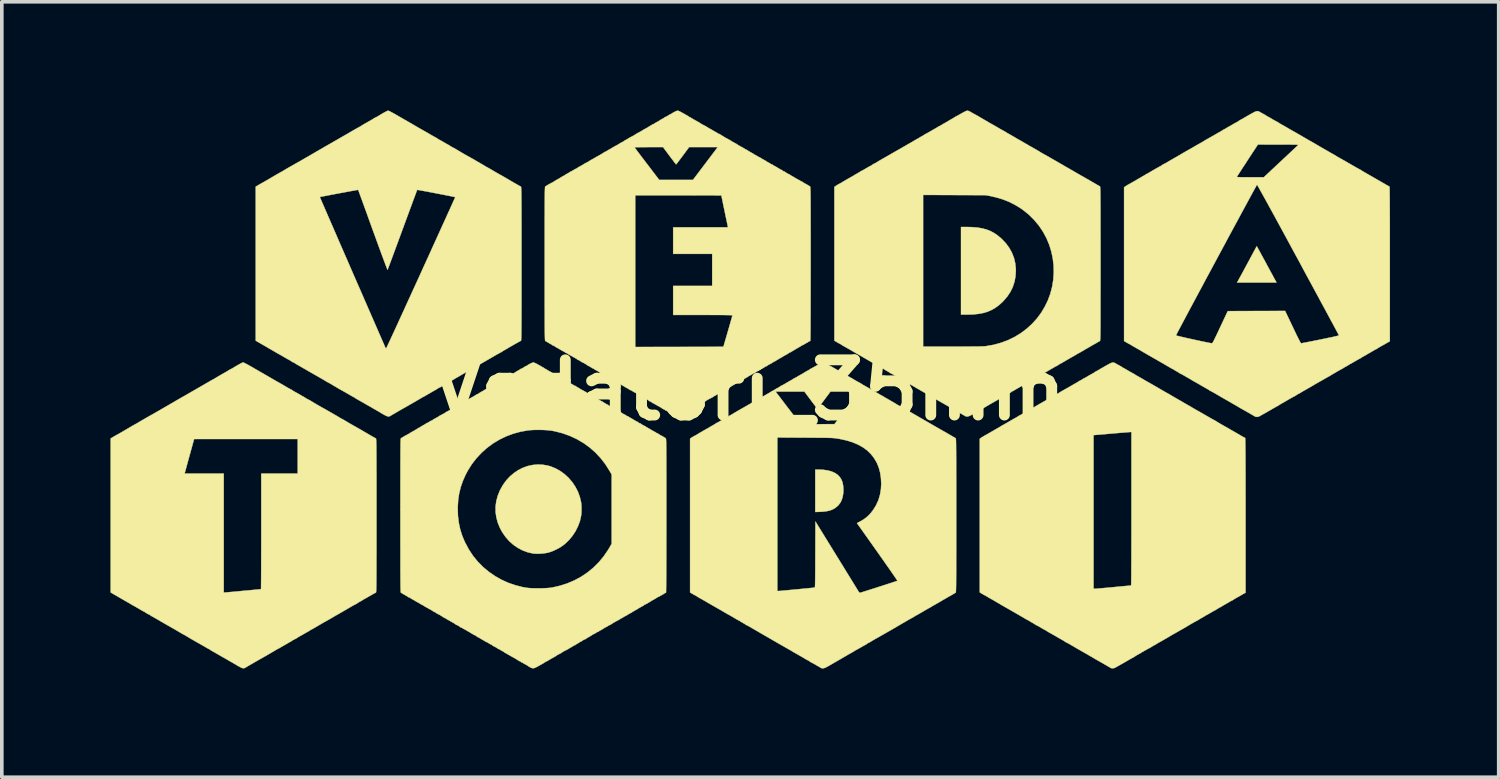
<source format=kicad_pcb>
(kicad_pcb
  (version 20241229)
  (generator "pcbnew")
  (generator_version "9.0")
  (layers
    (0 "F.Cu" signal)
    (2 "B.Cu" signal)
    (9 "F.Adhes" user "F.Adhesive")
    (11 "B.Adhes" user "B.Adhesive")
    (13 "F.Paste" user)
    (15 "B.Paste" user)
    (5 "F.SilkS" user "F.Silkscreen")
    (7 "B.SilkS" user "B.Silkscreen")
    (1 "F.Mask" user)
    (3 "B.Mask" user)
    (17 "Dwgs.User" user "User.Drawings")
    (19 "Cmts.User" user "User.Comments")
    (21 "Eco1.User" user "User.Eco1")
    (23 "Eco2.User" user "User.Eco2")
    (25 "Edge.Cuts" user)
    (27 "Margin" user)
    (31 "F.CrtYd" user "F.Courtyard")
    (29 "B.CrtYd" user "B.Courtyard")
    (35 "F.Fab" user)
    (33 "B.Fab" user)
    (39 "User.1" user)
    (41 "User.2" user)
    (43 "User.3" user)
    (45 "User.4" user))
  (footprint "Vedatori_35mm"
    (layer "F.Cu")
    (at 17.633 7.716)
    (property "Reference" "Vedatori_35mm" (at 0 0 0) (layer "F.SilkS") (effects (font (size 1.524 1.524) (thickness 0.3))))
    (attr through_hole)
    (fp_poly (pts (xy 2.035 2.2) (xy 2.16 2.218) (xy 2.269 2.247) (xy 2.362 2.288) (xy 2.439 2.341) (xy 2.501 2.407) (xy 2.547 2.484) (xy 2.56 2.516) (xy 2.58 2.586) (xy 2.592 2.667) (xy 2.597 2.754) (xy 2.593 2.84) (xy 2.591 2.855) (xy 2.574 2.954) (xy 2.547 3.039) (xy 2.509 3.112) (xy 2.459 3.177) (xy 2.435 3.2) (xy 2.373 3.253) (xy 2.303 3.293) (xy 2.225 3.324) (xy 2.135 3.344) (xy 2.03 3.357) (xy 1.968 3.36) (xy 1.819 3.366) (xy 1.819 2.195) (xy 1.894 2.195) (xy 2.035 2.2)) (stroke (width 0.01) (type solid)) (fill yes) (layer "F.SilkS"))
    (fp_poly (pts (xy 5.992 -4.501) (xy 6.152 -4.497) (xy 6.295 -4.485) (xy 6.425 -4.463) (xy 6.542 -4.432) (xy 6.651 -4.39) (xy 6.753 -4.336) (xy 6.85 -4.27) (xy 6.946 -4.19) (xy 6.975 -4.163) (xy 7.085 -4.046) (xy 7.176 -3.92) (xy 7.249 -3.787) (xy 7.304 -3.646) (xy 7.339 -3.498) (xy 7.355 -3.344) (xy 7.356 -3.293) (xy 7.346 -3.136) (xy 7.317 -2.986) (xy 7.27 -2.843) (xy 7.203 -2.707) (xy 7.117 -2.579) (xy 7.013 -2.458) (xy 6.976 -2.421) (xy 6.879 -2.336) (xy 6.781 -2.265) (xy 6.679 -2.207) (xy 6.571 -2.161) (xy 6.453 -2.127) (xy 6.325 -2.103) (xy 6.182 -2.088) (xy 6.024 -2.083) (xy 5.997 -2.083) (xy 5.842 -2.083) (xy 5.842 -4.501) (xy 5.992 -4.501)) (stroke (width 0.01) (type solid)) (fill yes) (layer "F.SilkS"))
    (fp_poly (pts (xy 14.01 -3.961) (xy 14.024 -3.937) (xy 14.045 -3.898) (xy 14.074 -3.846) (xy 14.108 -3.784) (xy 14.147 -3.711) (xy 14.191 -3.631) (xy 14.238 -3.545) (xy 14.247 -3.528) (xy 14.295 -3.438) (xy 14.342 -3.352) (xy 14.385 -3.272) (xy 14.425 -3.199) (xy 14.459 -3.136) (xy 14.486 -3.085) (xy 14.507 -3.048) (xy 14.518 -3.026) (xy 14.519 -3.025) (xy 14.551 -2.967) (xy 13.461 -2.967) (xy 13.486 -3.01) (xy 13.495 -3.027) (xy 13.514 -3.061) (xy 13.539 -3.108) (xy 13.572 -3.168) (xy 13.61 -3.237) (xy 13.652 -3.316) (xy 13.698 -3.401) (xy 13.746 -3.49) (xy 13.757 -3.51) (xy 13.805 -3.599) (xy 13.849 -3.682) (xy 13.89 -3.758) (xy 13.926 -3.825) (xy 13.957 -3.881) (xy 13.98 -3.925) (xy 13.997 -3.955) (xy 14.004 -3.969) (xy 14.005 -3.97) (xy 14.01 -3.961)) (stroke (width 0.01) (type solid)) (fill yes) (layer "F.SilkS"))
    (fp_poly (pts (xy -5.701 2.061) (xy -5.56 2.086) (xy -5.482 2.108) (xy -5.345 2.164) (xy -5.215 2.237) (xy -5.094 2.326) (xy -4.984 2.429) (xy -4.886 2.544) (xy -4.802 2.67) (xy -4.732 2.805) (xy -4.68 2.947) (xy -4.645 3.094) (xy -4.643 3.106) (xy -4.637 3.161) (xy -4.633 3.228) (xy -4.633 3.301) (xy -4.634 3.373) (xy -4.639 3.436) (xy -4.643 3.467) (xy -4.676 3.615) (xy -4.729 3.758) (xy -4.798 3.896) (xy -4.884 4.026) (xy -4.983 4.145) (xy -5.095 4.251) (xy -5.146 4.29) (xy -5.226 4.344) (xy -5.318 4.394) (xy -5.415 4.439) (xy -5.508 4.473) (xy -5.552 4.486) (xy -5.624 4.5) (xy -5.706 4.511) (xy -5.791 4.517) (xy -5.873 4.518) (xy -5.946 4.514) (xy -5.969 4.511) (xy -6.116 4.478) (xy -6.257 4.426) (xy -6.391 4.356) (xy -6.515 4.27) (xy -6.629 4.169) (xy -6.731 4.052) (xy -6.821 3.922) (xy -6.879 3.815) (xy -6.941 3.668) (xy -6.982 3.519) (xy -7.004 3.369) (xy -7.005 3.219) (xy -6.985 3.07) (xy -6.946 2.921) (xy -6.886 2.773) (xy -6.879 2.758) (xy -6.802 2.621) (xy -6.712 2.496) (xy -6.611 2.386) (xy -6.499 2.291) (xy -6.379 2.21) (xy -6.252 2.146) (xy -6.12 2.098) (xy -5.983 2.068) (xy -5.843 2.055) (xy -5.701 2.061)) (stroke (width 0.01) (type solid)) (fill yes) (layer "F.SilkS"))
    (fp_poly (pts (xy -13.957 -0.757) (xy -13.927 -0.743) (xy -13.886 -0.722) (xy -13.836 -0.695) (xy -13.779 -0.663) (xy -13.754 -0.649) (xy -13.692 -0.613) (xy -13.632 -0.578) (xy -13.577 -0.547) (xy -13.532 -0.52) (xy -13.499 -0.502) (xy -13.492 -0.498) (xy -13.463 -0.481) (xy -13.42 -0.457) (xy -13.368 -0.426) (xy -13.309 -0.392) (xy -13.248 -0.357) (xy -13.239 -0.351) (xy -13.179 -0.317) (xy -13.123 -0.284) (xy -13.072 -0.255) (xy -13.031 -0.231) (xy -13.004 -0.216) (xy -13 -0.214) (xy -12.973 -0.199) (xy -12.933 -0.176) (xy -12.885 -0.149) (xy -12.833 -0.118) (xy -12.808 -0.103) (xy -12.76 -0.075) (xy -12.718 -0.051) (xy -12.685 -0.033) (xy -12.664 -0.022) (xy -12.659 -0.02) (xy -12.647 -0.015) (xy -12.627 -0.001) (xy -12.627 -0.001) (xy -12.604 0.015) (xy -12.571 0.035) (xy -12.547 0.048) (xy -12.513 0.067) (xy -12.469 0.091) (xy -12.422 0.118) (xy -12.401 0.13) (xy -12.364 0.152) (xy -12.333 0.17) (xy -12.313 0.18) (xy -12.308 0.183) (xy -12.299 0.188) (xy -12.278 0.201) (xy -12.252 0.218) (xy -12.222 0.237) (xy -12.199 0.25) (xy -12.189 0.254) (xy -12.177 0.259) (xy -12.152 0.273) (xy -12.116 0.293) (xy -12.073 0.319) (xy -12.057 0.329) (xy -11.963 0.385) (xy -11.873 0.437) (xy -11.792 0.483) (xy -11.737 0.513) (xy -11.708 0.53) (xy -11.667 0.553) (xy -11.616 0.582) (xy -11.561 0.614) (xy -11.503 0.647) (xy -11.446 0.68) (xy -11.394 0.71) (xy -11.35 0.737) (xy -11.316 0.757) (xy -11.297 0.768) (xy -11.297 0.768) (xy -11.274 0.783) (xy -11.258 0.792) (xy -11.255 0.792) (xy -11.244 0.797) (xy -11.22 0.811) (xy -11.184 0.831) (xy -11.14 0.857) (xy -11.118 0.87) (xy -11.063 0.903) (xy -11.005 0.936) (xy -10.951 0.967) (xy -10.907 0.992) (xy -10.902 0.995) (xy -10.875 1.01) (xy -10.845 1.027) (xy -10.811 1.046) (xy -10.77 1.07) (xy -10.72 1.098) (xy -10.661 1.133) (xy -10.589 1.175) (xy -10.503 1.225) (xy -10.414 1.277) (xy -10.375 1.299) (xy -10.341 1.318) (xy -10.317 1.33) (xy -10.31 1.334) (xy -10.308 1.335) (xy -10.306 1.339) (xy -10.304 1.345) (xy -10.303 1.355) (xy -10.301 1.369) (xy -10.3 1.388) (xy -10.299 1.413) (xy -10.298 1.445) (xy -10.297 1.485) (xy -10.296 1.533) (xy -10.295 1.59) (xy -10.295 1.657) (xy -10.294 1.735) (xy -10.294 1.825) (xy -10.293 1.927) (xy -10.293 2.043) (xy -10.293 2.172) (xy -10.292 2.317) (xy -10.292 2.477) (xy -10.292 2.654) (xy -10.292 2.848) (xy -10.292 3.06) (xy -10.292 3.291) (xy -10.292 3.463) (xy -10.292 3.708) (xy -10.292 3.933) (xy -10.292 4.14) (xy -10.292 4.328) (xy -10.292 4.5) (xy -10.293 4.655) (xy -10.293 4.795) (xy -10.293 4.92) (xy -10.293 5.031) (xy -10.294 5.13) (xy -10.294 5.216) (xy -10.295 5.29) (xy -10.295 5.355) (xy -10.296 5.409) (xy -10.297 5.454) (xy -10.298 5.491) (xy -10.299 5.521) (xy -10.3 5.544) (xy -10.302 5.562) (xy -10.303 5.574) (xy -10.305 5.583) (xy -10.306 5.588) (xy -10.308 5.591) (xy -10.31 5.592) (xy -10.32 5.596) (xy -10.336 5.603) (xy -10.359 5.616) (xy -10.393 5.635) (xy -10.439 5.661) (xy -10.499 5.695) (xy -10.543 5.72) (xy -10.579 5.741) (xy -10.609 5.758) (xy -10.629 5.768) (xy -10.632 5.77) (xy -10.649 5.779) (xy -10.658 5.786) (xy -10.675 5.797) (xy -10.703 5.814) (xy -10.729 5.828) (xy -10.767 5.849) (xy -10.805 5.872) (xy -10.824 5.885) (xy -10.849 5.902) (xy -10.867 5.912) (xy -10.871 5.913) (xy -10.882 5.918) (xy -10.907 5.931) (xy -10.943 5.951) (xy -10.986 5.975) (xy -10.994 5.98) (xy -11.084 6.032) (xy -11.157 6.075) (xy -11.217 6.11) (xy -11.264 6.137) (xy -11.301 6.159) (xy -11.33 6.175) (xy -11.349 6.185) (xy -11.375 6.2) (xy -11.414 6.222) (xy -11.46 6.249) (xy -11.509 6.278) (xy -11.516 6.282) (xy -11.566 6.311) (xy -11.615 6.34) (xy -11.658 6.364) (xy -11.689 6.381) (xy -11.692 6.382) (xy -11.718 6.397) (xy -11.758 6.419) (xy -11.807 6.448) (xy -11.862 6.48) (xy -11.918 6.513) (xy -11.971 6.544) (xy -12.018 6.571) (xy -12.056 6.593) (xy -12.083 6.608) (xy -12.096 6.614) (xy -12.097 6.614) (xy -12.109 6.62) (xy -12.12 6.628) (xy -12.137 6.64) (xy -12.166 6.658) (xy -12.192 6.672) (xy -12.226 6.691) (xy -12.27 6.716) (xy -12.317 6.743) (xy -12.338 6.755) (xy -12.376 6.777) (xy -12.407 6.794) (xy -12.426 6.805) (xy -12.431 6.807) (xy -12.441 6.812) (xy -12.462 6.826) (xy -12.488 6.843) (xy -12.518 6.861) (xy -12.541 6.874) (xy -12.553 6.878) (xy -12.566 6.884) (xy -12.59 6.897) (xy -12.616 6.914) (xy -12.644 6.932) (xy -12.665 6.945) (xy -12.673 6.949) (xy -12.682 6.954) (xy -12.707 6.968) (xy -12.743 6.989) (xy -12.788 7.015) (xy -12.84 7.045) (xy -12.842 7.046) (xy -12.894 7.076) (xy -12.94 7.103) (xy -12.976 7.124) (xy -13.001 7.137) (xy -13.012 7.142) (xy -13.012 7.142) (xy -13.023 7.147) (xy -13.045 7.16) (xy -13.074 7.177) (xy -13.111 7.199) (xy -13.159 7.228) (xy -13.215 7.26) (xy -13.275 7.295) (xy -13.335 7.33) (xy -13.391 7.362) (xy -13.439 7.389) (xy -13.475 7.41) (xy -13.487 7.417) (xy -13.517 7.433) (xy -13.559 7.457) (xy -13.609 7.486) (xy -13.665 7.518) (xy -13.722 7.551) (xy -13.777 7.583) (xy -13.828 7.612) (xy -13.869 7.637) (xy -13.898 7.654) (xy -13.907 7.66) (xy -13.931 7.672) (xy -13.954 7.678) (xy -13.98 7.677) (xy -14.012 7.667) (xy -14.053 7.648) (xy -14.105 7.619) (xy -14.148 7.594) (xy -14.198 7.564) (xy -14.243 7.538) (xy -14.281 7.516) (xy -14.307 7.501) (xy -14.315 7.496) (xy -14.338 7.484) (xy -14.37 7.465) (xy -14.392 7.452) (xy -14.426 7.432) (xy -14.458 7.413) (xy -14.473 7.405) (xy -14.493 7.394) (xy -14.526 7.376) (xy -14.568 7.351) (xy -14.616 7.324) (xy -14.63 7.315) (xy -14.682 7.286) (xy -14.732 7.257) (xy -14.776 7.232) (xy -14.809 7.214) (xy -14.813 7.211) (xy -14.846 7.193) (xy -14.872 7.176) (xy -14.885 7.167) (xy -14.9 7.155) (xy -14.907 7.153) (xy -14.917 7.148) (xy -14.941 7.135) (xy -14.975 7.116) (xy -15.002 7.1) (xy -15.178 6.999) (xy -15.264 6.951) (xy -15.299 6.931) (xy -15.342 6.906) (xy -15.39 6.879) (xy -15.436 6.852) (xy -15.477 6.827) (xy -15.509 6.808) (xy -15.524 6.798) (xy -15.546 6.785) (xy -15.579 6.766) (xy -15.616 6.747) (xy -15.616 6.747) (xy -15.653 6.727) (xy -15.686 6.708) (xy -15.707 6.695) (xy -15.723 6.685) (xy -15.754 6.667) (xy -15.797 6.642) (xy -15.849 6.611) (xy -15.908 6.578) (xy -15.951 6.553) (xy -16.02 6.514) (xy -16.091 6.473) (xy -16.159 6.434) (xy -16.22 6.399) (xy -16.27 6.37) (xy -16.286 6.36) (xy -16.337 6.331) (xy -16.387 6.302) (xy -16.432 6.277) (xy -16.464 6.258) (xy -16.5 6.238) (xy -16.531 6.219) (xy -16.549 6.206) (xy -16.57 6.193) (xy -16.585 6.187) (xy -16.599 6.182) (xy -16.624 6.168) (xy -16.649 6.152) (xy -16.677 6.133) (xy -16.698 6.121) (xy -16.706 6.116) (xy -16.716 6.112) (xy -16.74 6.099) (xy -16.773 6.08) (xy -16.801 6.064) (xy -16.86 6.029) (xy -16.904 6.004) (xy -16.936 5.985) (xy -16.958 5.973) (xy -16.974 5.964) (xy -16.985 5.958) (xy -16.993 5.954) (xy -17.015 5.942) (xy -17.043 5.925) (xy -17.048 5.922) (xy -17.06 5.915) (xy -17.076 5.906) (xy -17.097 5.893) (xy -17.127 5.876) (xy -17.165 5.854) (xy -17.214 5.826) (xy -17.275 5.791) (xy -17.349 5.748) (xy -17.439 5.696) (xy -17.49 5.666) (xy -17.529 5.644) (xy -17.565 5.623) (xy -17.592 5.607) (xy -17.595 5.606) (xy -17.628 5.586) (xy -17.628 3.461) (xy -17.628 2.306) (xy -15.588 2.306) (xy -14.508 2.306) (xy -14.508 5.588) (xy -14.479 5.588) (xy -14.464 5.587) (xy -14.43 5.584) (xy -14.38 5.58) (xy -14.316 5.574) (xy -14.241 5.568) (xy -14.156 5.56) (xy -14.063 5.551) (xy -13.969 5.542) (xy -13.872 5.533) (xy -13.781 5.525) (xy -13.699 5.517) (xy -13.627 5.51) (xy -13.567 5.504) (xy -13.521 5.5) (xy -13.491 5.498) (xy -13.48 5.497) (xy -13.48 5.497) (xy -13.479 5.487) (xy -13.478 5.457) (xy -13.477 5.41) (xy -13.477 5.346) (xy -13.476 5.265) (xy -13.475 5.17) (xy -13.475 5.061) (xy -13.474 4.939) (xy -13.474 4.806) (xy -13.473 4.661) (xy -13.473 4.508) (xy -13.472 4.346) (xy -13.472 4.177) (xy -13.472 4.002) (xy -13.472 3.901) (xy -13.472 2.306) (xy -12.466 2.306) (xy -12.466 1.351) (xy -13.896 1.351) (xy -15.326 1.352) (xy -15.451 1.806) (xy -15.477 1.899) (xy -15.501 1.987) (xy -15.523 2.067) (xy -15.542 2.138) (xy -15.558 2.197) (xy -15.571 2.242) (xy -15.579 2.272) (xy -15.582 2.283) (xy -15.588 2.306) (xy -17.628 2.306) (xy -17.628 1.336) (xy -17.569 1.301) (xy -17.531 1.278) (xy -17.484 1.251) (xy -17.438 1.226) (xy -17.435 1.224) (xy -17.39 1.199) (xy -17.337 1.169) (xy -17.285 1.139) (xy -17.269 1.129) (xy -17.192 1.084) (xy -17.13 1.047) (xy -17.081 1.019) (xy -17.043 0.996) (xy -17.013 0.979) (xy -16.988 0.965) (xy -16.968 0.954) (xy -16.949 0.943) (xy -16.947 0.942) (xy -16.91 0.922) (xy -16.874 0.901) (xy -16.855 0.889) (xy -16.836 0.878) (xy -16.803 0.858) (xy -16.76 0.833) (xy -16.709 0.804) (xy -16.656 0.773) (xy -16.604 0.743) (xy -16.556 0.716) (xy -16.517 0.694) (xy -16.493 0.681) (xy -16.472 0.669) (xy -16.435 0.648) (xy -16.386 0.62) (xy -16.326 0.585) (xy -16.257 0.546) (xy -16.182 0.502) (xy -16.102 0.456) (xy -16.021 0.409) (xy -15.94 0.362) (xy -15.883 0.329) (xy -15.821 0.292) (xy -15.761 0.258) (xy -15.709 0.228) (xy -15.666 0.203) (xy -15.635 0.186) (xy -15.624 0.179) (xy -15.596 0.164) (xy -15.557 0.142) (xy -15.513 0.116) (xy -15.489 0.102) (xy -15.442 0.075) (xy -15.385 0.042) (xy -15.326 0.008) (xy -15.281 -0.018) (xy -15.233 -0.045) (xy -15.174 -0.08) (xy -15.107 -0.118) (xy -15.04 -0.157) (xy -14.984 -0.19) (xy -14.929 -0.221) (xy -14.881 -0.249) (xy -14.841 -0.272) (xy -14.813 -0.287) (xy -14.799 -0.294) (xy -14.798 -0.295) (xy -14.787 -0.3) (xy -14.765 -0.313) (xy -14.739 -0.329) (xy -14.708 -0.348) (xy -14.666 -0.373) (xy -14.618 -0.401) (xy -14.58 -0.423) (xy -14.526 -0.454) (xy -14.485 -0.477) (xy -14.454 -0.495) (xy -14.429 -0.509) (xy -14.406 -0.523) (xy -14.382 -0.538) (xy -14.369 -0.546) (xy -14.34 -0.563) (xy -14.318 -0.575) (xy -14.309 -0.579) (xy -14.297 -0.584) (xy -14.274 -0.597) (xy -14.255 -0.608) (xy -14.188 -0.649) (xy -14.126 -0.685) (xy -14.071 -0.716) (xy -14.025 -0.74) (xy -13.992 -0.756) (xy -13.973 -0.762) (xy -13.972 -0.762) (xy -13.957 -0.757)) (stroke (width 0.01) (type solid)) (fill yes) (layer "F.SilkS"))
    (fp_poly (pts (xy 10.053 -0.759) (xy 10.077 -0.752) (xy 10.101 -0.739) (xy 10.104 -0.737) (xy 10.134 -0.72) (xy 10.173 -0.698) (xy 10.214 -0.676) (xy 10.215 -0.675) (xy 10.251 -0.656) (xy 10.28 -0.638) (xy 10.298 -0.625) (xy 10.3 -0.624) (xy 10.316 -0.612) (xy 10.323 -0.61) (xy 10.335 -0.605) (xy 10.36 -0.591) (xy 10.395 -0.571) (xy 10.424 -0.554) (xy 10.469 -0.527) (xy 10.515 -0.501) (xy 10.553 -0.479) (xy 10.569 -0.471) (xy 10.601 -0.454) (xy 10.627 -0.439) (xy 10.638 -0.432) (xy 10.654 -0.42) (xy 10.683 -0.403) (xy 10.709 -0.389) (xy 10.742 -0.37) (xy 10.786 -0.345) (xy 10.834 -0.318) (xy 10.856 -0.305) (xy 10.905 -0.276) (xy 10.959 -0.245) (xy 11.008 -0.217) (xy 11.024 -0.208) (xy 11.067 -0.184) (xy 11.119 -0.154) (xy 11.172 -0.124) (xy 11.196 -0.11) (xy 11.287 -0.057) (xy 11.362 -0.013) (xy 11.421 0.021) (xy 11.466 0.047) (xy 11.498 0.065) (xy 11.518 0.077) (xy 11.526 0.081) (xy 11.527 0.081) (xy 11.536 0.086) (xy 11.559 0.099) (xy 11.591 0.118) (xy 11.61 0.128) (xy 11.649 0.152) (xy 11.699 0.181) (xy 11.756 0.214) (xy 11.811 0.246) (xy 11.821 0.252) (xy 11.874 0.282) (xy 11.926 0.312) (xy 11.972 0.339) (xy 12.007 0.36) (xy 12.014 0.363) (xy 12.057 0.388) (xy 12.102 0.414) (xy 12.131 0.43) (xy 12.165 0.449) (xy 12.196 0.467) (xy 12.212 0.478) (xy 12.232 0.49) (xy 12.265 0.509) (xy 12.304 0.531) (xy 12.324 0.543) (xy 12.358 0.562) (xy 12.39 0.58) (xy 12.423 0.599) (xy 12.46 0.62) (xy 12.504 0.645) (xy 12.558 0.676) (xy 12.625 0.715) (xy 12.676 0.744) (xy 12.727 0.774) (xy 12.775 0.801) (xy 12.817 0.824) (xy 12.847 0.84) (xy 12.854 0.844) (xy 12.881 0.858) (xy 12.899 0.87) (xy 12.903 0.873) (xy 12.913 0.88) (xy 12.937 0.894) (xy 12.972 0.915) (xy 13.014 0.94) (xy 13.06 0.966) (xy 13.107 0.993) (xy 13.15 1.017) (xy 13.187 1.038) (xy 13.193 1.041) (xy 13.217 1.055) (xy 13.238 1.068) (xy 13.258 1.079) (xy 13.29 1.098) (xy 13.33 1.121) (xy 13.36 1.138) (xy 13.411 1.167) (xy 13.47 1.201) (xy 13.53 1.236) (xy 13.565 1.257) (xy 13.607 1.281) (xy 13.644 1.301) (xy 13.671 1.315) (xy 13.684 1.321) (xy 13.684 1.321) (xy 13.686 1.327) (xy 13.687 1.345) (xy 13.688 1.377) (xy 13.689 1.422) (xy 13.69 1.481) (xy 13.691 1.554) (xy 13.692 1.642) (xy 13.693 1.746) (xy 13.693 1.865) (xy 13.694 2.001) (xy 13.694 2.154) (xy 13.695 2.324) (xy 13.695 2.512) (xy 13.695 2.718) (xy 13.696 2.943) (xy 13.696 3.188) (xy 13.696 3.452) (xy 13.696 3.458) (xy 13.696 5.594) (xy 13.663 5.611) (xy 13.635 5.626) (xy 13.6 5.646) (xy 13.579 5.659) (xy 13.54 5.681) (xy 13.496 5.706) (xy 13.471 5.719) (xy 13.431 5.742) (xy 13.389 5.767) (xy 13.368 5.781) (xy 13.341 5.798) (xy 13.321 5.809) (xy 13.314 5.812) (xy 13.302 5.817) (xy 13.278 5.83) (xy 13.246 5.849) (xy 13.234 5.856) (xy 13.193 5.88) (xy 13.152 5.904) (xy 13.119 5.922) (xy 13.117 5.924) (xy 13.087 5.94) (xy 13.063 5.955) (xy 13.056 5.96) (xy 13.039 5.971) (xy 13.01 5.987) (xy 12.984 6) (xy 12.948 6.02) (xy 12.914 6.041) (xy 12.897 6.052) (xy 12.875 6.067) (xy 12.86 6.075) (xy 12.858 6.076) (xy 12.847 6.081) (xy 12.822 6.094) (xy 12.787 6.114) (xy 12.744 6.139) (xy 12.73 6.147) (xy 12.686 6.173) (xy 12.648 6.194) (xy 12.619 6.21) (xy 12.604 6.217) (xy 12.602 6.218) (xy 12.59 6.224) (xy 12.579 6.232) (xy 12.562 6.244) (xy 12.534 6.261) (xy 12.498 6.281) (xy 12.492 6.284) (xy 12.458 6.303) (xy 12.431 6.319) (xy 12.417 6.328) (xy 12.416 6.329) (xy 12.404 6.337) (xy 12.381 6.351) (xy 12.355 6.364) (xy 12.319 6.384) (xy 12.271 6.41) (xy 12.217 6.441) (xy 12.162 6.473) (xy 12.112 6.502) (xy 12.072 6.527) (xy 12.07 6.528) (xy 12.04 6.546) (xy 12.003 6.568) (xy 11.984 6.579) (xy 11.953 6.596) (xy 11.912 6.619) (xy 11.865 6.646) (xy 11.831 6.665) (xy 11.785 6.692) (xy 11.738 6.718) (xy 11.699 6.74) (xy 11.679 6.751) (xy 11.643 6.772) (xy 11.607 6.793) (xy 11.593 6.802) (xy 11.572 6.815) (xy 11.537 6.835) (xy 11.493 6.861) (xy 11.442 6.89) (xy 11.388 6.921) (xy 11.336 6.95) (xy 11.293 6.974) (xy 11.272 6.986) (xy 11.243 7.004) (xy 11.23 7.013) (xy 11.203 7.029) (xy 11.184 7.039) (xy 11.179 7.041) (xy 11.167 7.046) (xy 11.143 7.06) (xy 11.118 7.076) (xy 11.089 7.095) (xy 11.068 7.108) (xy 11.059 7.112) (xy 11.049 7.117) (xy 11.025 7.13) (xy 10.991 7.148) (xy 10.951 7.171) (xy 10.908 7.195) (xy 10.866 7.219) (xy 10.83 7.24) (xy 10.802 7.257) (xy 10.79 7.264) (xy 10.773 7.275) (xy 10.745 7.29) (xy 10.724 7.301) (xy 10.688 7.321) (xy 10.654 7.342) (xy 10.641 7.352) (xy 10.619 7.367) (xy 10.604 7.376) (xy 10.602 7.376) (xy 10.592 7.381) (xy 10.567 7.395) (xy 10.53 7.415) (xy 10.484 7.441) (xy 10.436 7.469) (xy 10.38 7.502) (xy 10.324 7.534) (xy 10.273 7.563) (xy 10.232 7.586) (xy 10.211 7.598) (xy 10.172 7.619) (xy 10.134 7.641) (xy 10.107 7.657) (xy 10.069 7.674) (xy 10.027 7.68) (xy 9.99 7.676) (xy 9.977 7.671) (xy 9.949 7.654) (xy 9.908 7.63) (xy 9.858 7.601) (xy 9.804 7.57) (xy 9.749 7.538) (xy 9.697 7.508) (xy 9.652 7.483) (xy 9.618 7.464) (xy 9.601 7.454) (xy 9.57 7.437) (xy 9.546 7.423) (xy 9.535 7.417) (xy 9.524 7.41) (xy 9.498 7.394) (xy 9.459 7.371) (xy 9.411 7.344) (xy 9.357 7.312) (xy 9.298 7.278) (xy 9.238 7.244) (xy 9.179 7.21) (xy 9.125 7.179) (xy 9.124 7.178) (xy 9.087 7.158) (xy 9.053 7.138) (xy 9.034 7.127) (xy 9.012 7.114) (xy 8.978 7.094) (xy 8.935 7.069) (xy 8.888 7.041) (xy 8.885 7.039) (xy 8.84 7.013) (xy 8.8 6.991) (xy 8.768 6.974) (xy 8.75 6.965) (xy 8.749 6.965) (xy 8.725 6.954) (xy 8.715 6.946) (xy 8.699 6.934) (xy 8.673 6.917) (xy 8.646 6.902) (xy 8.617 6.886) (xy 8.586 6.868) (xy 8.548 6.847) (xy 8.5 6.819) (xy 8.439 6.783) (xy 8.423 6.774) (xy 8.397 6.759) (xy 8.361 6.739) (xy 8.32 6.716) (xy 8.306 6.708) (xy 8.268 6.687) (xy 8.236 6.668) (xy 8.214 6.654) (xy 8.209 6.651) (xy 8.192 6.639) (xy 8.164 6.623) (xy 8.148 6.615) (xy 8.118 6.599) (xy 8.078 6.576) (xy 8.035 6.55) (xy 8.02 6.542) (xy 7.983 6.52) (xy 7.952 6.503) (xy 7.932 6.494) (xy 7.927 6.492) (xy 7.913 6.486) (xy 7.892 6.473) (xy 7.892 6.472) (xy 7.87 6.457) (xy 7.837 6.437) (xy 7.807 6.42) (xy 7.774 6.401) (xy 7.746 6.384) (xy 7.731 6.374) (xy 7.715 6.363) (xy 7.707 6.36) (xy 7.696 6.355) (xy 7.671 6.342) (xy 7.635 6.322) (xy 7.592 6.297) (xy 7.576 6.287) (xy 7.524 6.257) (xy 7.472 6.227) (xy 7.425 6.199) (xy 7.389 6.179) (xy 7.386 6.177) (xy 7.348 6.155) (xy 7.311 6.134) (xy 7.285 6.119) (xy 7.264 6.107) (xy 7.229 6.087) (xy 7.185 6.061) (xy 7.134 6.032) (xy 7.102 6.014) (xy 7.049 5.984) (xy 6.999 5.955) (xy 6.957 5.931) (xy 6.926 5.912) (xy 6.914 5.905) (xy 6.874 5.882) (xy 6.826 5.854) (xy 6.774 5.823) (xy 6.724 5.794) (xy 6.68 5.769) (xy 6.647 5.751) (xy 6.642 5.748) (xy 6.605 5.727) (xy 6.566 5.703) (xy 6.556 5.697) (xy 6.53 5.681) (xy 6.512 5.671) (xy 6.507 5.669) (xy 6.497 5.664) (xy 6.473 5.652) (xy 6.441 5.633) (xy 6.431 5.627) (xy 6.36 5.585) (xy 6.36 1.343) (xy 6.407 1.311) (xy 6.443 1.288) (xy 6.486 1.263) (xy 6.511 1.249) (xy 6.519 1.244) (xy 9.5 1.244) (xy 9.5 5.486) (xy 9.531 5.486) (xy 9.547 5.485) (xy 9.581 5.483) (xy 9.631 5.478) (xy 9.695 5.473) (xy 9.771 5.466) (xy 9.857 5.458) (xy 9.949 5.45) (xy 10.044 5.441) (xy 10.141 5.431) (xy 10.232 5.423) (xy 10.314 5.415) (xy 10.387 5.408) (xy 10.448 5.403) (xy 10.494 5.399) (xy 10.524 5.396) (xy 10.536 5.395) (xy 10.536 5.395) (xy 10.537 5.385) (xy 10.539 5.354) (xy 10.54 5.304) (xy 10.541 5.233) (xy 10.542 5.141) (xy 10.543 5.03) (xy 10.543 4.898) (xy 10.544 4.746) (xy 10.545 4.573) (xy 10.545 4.381) (xy 10.545 4.168) (xy 10.546 3.935) (xy 10.546 3.682) (xy 10.546 3.408) (xy 10.546 3.277) (xy 10.546 1.158) (xy 10.523 1.158) (xy 10.509 1.159) (xy 10.476 1.161) (xy 10.427 1.165) (xy 10.365 1.17) (xy 10.29 1.176) (xy 10.205 1.183) (xy 10.112 1.191) (xy 10.013 1.2) (xy 10 1.201) (xy 9.5 1.244) (xy 6.519 1.244) (xy 6.541 1.233) (xy 6.583 1.209) (xy 6.633 1.18) (xy 6.685 1.15) (xy 6.701 1.141) (xy 6.75 1.112) (xy 6.795 1.086) (xy 6.832 1.065) (xy 6.857 1.05) (xy 6.863 1.047) (xy 6.891 1.031) (xy 6.924 1.011) (xy 6.937 1.003) (xy 6.962 0.987) (xy 6.979 0.977) (xy 6.984 0.975) (xy 6.993 0.97) (xy 7.018 0.957) (xy 7.054 0.936) (xy 7.1 0.909) (xy 7.153 0.879) (xy 7.162 0.873) (xy 7.216 0.842) (xy 7.266 0.813) (xy 7.307 0.79) (xy 7.337 0.773) (xy 7.353 0.765) (xy 7.354 0.765) (xy 7.372 0.755) (xy 7.399 0.738) (xy 7.411 0.73) (xy 7.436 0.713) (xy 7.454 0.703) (xy 7.459 0.701) (xy 7.47 0.696) (xy 7.495 0.683) (xy 7.53 0.663) (xy 7.566 0.642) (xy 7.62 0.61) (xy 7.681 0.575) (xy 7.739 0.542) (xy 7.762 0.529) (xy 7.806 0.504) (xy 7.847 0.48) (xy 7.88 0.461) (xy 7.894 0.452) (xy 7.923 0.435) (xy 7.965 0.41) (xy 8.017 0.38) (xy 8.076 0.347) (xy 8.137 0.312) (xy 8.164 0.297) (xy 8.203 0.274) (xy 8.25 0.247) (xy 8.296 0.221) (xy 8.301 0.218) (xy 8.347 0.191) (xy 8.401 0.161) (xy 8.452 0.132) (xy 8.463 0.126) (xy 8.502 0.104) (xy 8.536 0.084) (xy 8.559 0.07) (xy 8.565 0.066) (xy 8.582 0.055) (xy 8.61 0.038) (xy 8.636 0.023) (xy 8.743 -0.037) (xy 8.858 -0.102) (xy 8.924 -0.141) (xy 8.962 -0.162) (xy 8.992 -0.18) (xy 9.012 -0.191) (xy 9.017 -0.193) (xy 9.026 -0.198) (xy 9.048 -0.212) (xy 9.074 -0.229) (xy 9.104 -0.247) (xy 9.126 -0.26) (xy 9.137 -0.264) (xy 9.149 -0.27) (xy 9.172 -0.283) (xy 9.19 -0.295) (xy 9.216 -0.312) (xy 9.235 -0.323) (xy 9.241 -0.325) (xy 9.252 -0.33) (xy 9.276 -0.343) (xy 9.31 -0.362) (xy 9.331 -0.375) (xy 9.375 -0.401) (xy 9.419 -0.426) (xy 9.457 -0.447) (xy 9.467 -0.452) (xy 9.496 -0.468) (xy 9.518 -0.481) (xy 9.525 -0.488) (xy 9.536 -0.496) (xy 9.56 -0.51) (xy 9.583 -0.523) (xy 9.619 -0.542) (xy 9.652 -0.561) (xy 9.667 -0.57) (xy 9.686 -0.582) (xy 9.719 -0.601) (xy 9.763 -0.626) (xy 9.813 -0.655) (xy 9.85 -0.676) (xy 9.913 -0.711) (xy 9.961 -0.736) (xy 9.999 -0.752) (xy 10.028 -0.759) (xy 10.053 -0.759)) (stroke (width 0.01) (type solid)) (fill yes) (layer "F.SilkS"))
    (fp_poly (pts (xy 6.042 -7.706) (xy 6.075 -7.693) (xy 6.105 -7.677) (xy 6.146 -7.653) (xy 6.191 -7.627) (xy 6.216 -7.614) (xy 6.251 -7.595) (xy 6.28 -7.579) (xy 6.309 -7.563) (xy 6.342 -7.543) (xy 6.385 -7.518) (xy 6.421 -7.497) (xy 6.465 -7.471) (xy 6.505 -7.448) (xy 6.538 -7.429) (xy 6.553 -7.421) (xy 6.58 -7.405) (xy 6.601 -7.392) (xy 6.604 -7.39) (xy 6.621 -7.379) (xy 6.649 -7.363) (xy 6.68 -7.346) (xy 6.715 -7.327) (xy 6.76 -7.302) (xy 6.809 -7.273) (xy 6.843 -7.254) (xy 6.891 -7.225) (xy 6.939 -7.198) (xy 6.982 -7.174) (xy 7.005 -7.161) (xy 7.039 -7.143) (xy 7.067 -7.127) (xy 7.082 -7.117) (xy 7.098 -7.105) (xy 7.127 -7.089) (xy 7.153 -7.074) (xy 7.187 -7.055) (xy 7.231 -7.03) (xy 7.278 -7.003) (xy 7.3 -6.99) (xy 7.357 -6.957) (xy 7.407 -6.928) (xy 7.458 -6.899) (xy 7.515 -6.867) (xy 7.545 -6.85) (xy 7.579 -6.829) (xy 7.589 -6.823) (xy 7.614 -6.808) (xy 7.631 -6.798) (xy 7.635 -6.797) (xy 7.646 -6.792) (xy 7.668 -6.779) (xy 7.684 -6.769) (xy 7.718 -6.748) (xy 7.752 -6.728) (xy 7.762 -6.723) (xy 7.794 -6.706) (xy 7.835 -6.682) (xy 7.881 -6.656) (xy 7.928 -6.629) (xy 7.972 -6.603) (xy 8.008 -6.581) (xy 8.032 -6.566) (xy 8.037 -6.563) (xy 8.06 -6.549) (xy 8.093 -6.53) (xy 8.124 -6.513) (xy 8.157 -6.495) (xy 8.202 -6.47) (xy 8.252 -6.442) (xy 8.296 -6.416) (xy 8.345 -6.388) (xy 8.395 -6.359) (xy 8.439 -6.334) (xy 8.468 -6.317) (xy 8.499 -6.3) (xy 8.543 -6.274) (xy 8.594 -6.245) (xy 8.648 -6.214) (xy 8.666 -6.203) (xy 8.717 -6.173) (xy 8.765 -6.146) (xy 8.805 -6.123) (xy 8.833 -6.106) (xy 8.841 -6.102) (xy 8.867 -6.087) (xy 8.904 -6.066) (xy 8.947 -6.041) (xy 8.988 -6.017) (xy 9.023 -5.996) (xy 9.042 -5.985) (xy 9.057 -5.977) (xy 9.085 -5.961) (xy 9.123 -5.939) (xy 9.166 -5.914) (xy 9.169 -5.913) (xy 9.245 -5.87) (xy 9.306 -5.835) (xy 9.359 -5.805) (xy 9.406 -5.777) (xy 9.453 -5.75) (xy 9.504 -5.721) (xy 9.537 -5.701) (xy 9.582 -5.675) (xy 9.623 -5.651) (xy 9.655 -5.634) (xy 9.674 -5.624) (xy 9.676 -5.623) (xy 9.678 -5.621) (xy 9.68 -5.616) (xy 9.682 -5.608) (xy 9.683 -5.595) (xy 9.684 -5.577) (xy 9.685 -5.553) (xy 9.687 -5.522) (xy 9.688 -5.483) (xy 9.688 -5.436) (xy 9.689 -5.38) (xy 9.69 -5.314) (xy 9.69 -5.237) (xy 9.691 -5.148) (xy 9.691 -5.047) (xy 9.692 -4.933) (xy 9.692 -4.804) (xy 9.692 -4.661) (xy 9.692 -4.502) (xy 9.692 -4.326) (xy 9.693 -4.134) (xy 9.693 -3.923) (xy 9.693 -3.694) (xy 9.693 -3.489) (xy 9.693 -3.244) (xy 9.693 -3.018) (xy 9.693 -2.811) (xy 9.692 -2.622) (xy 9.692 -2.45) (xy 9.692 -2.295) (xy 9.692 -2.155) (xy 9.692 -2.029) (xy 9.691 -1.918) (xy 9.691 -1.819) (xy 9.691 -1.733) (xy 9.69 -1.658) (xy 9.689 -1.593) (xy 9.689 -1.539) (xy 9.688 -1.493) (xy 9.687 -1.456) (xy 9.686 -1.426) (xy 9.684 -1.402) (xy 9.683 -1.385) (xy 9.682 -1.372) (xy 9.68 -1.363) (xy 9.678 -1.358) (xy 9.676 -1.355) (xy 9.675 -1.354) (xy 9.657 -1.345) (xy 9.629 -1.329) (xy 9.606 -1.316) (xy 9.574 -1.296) (xy 9.544 -1.279) (xy 9.53 -1.272) (xy 9.504 -1.258) (xy 9.474 -1.241) (xy 9.469 -1.238) (xy 9.442 -1.222) (xy 9.405 -1.2) (xy 9.368 -1.178) (xy 9.332 -1.158) (xy 9.285 -1.131) (xy 9.234 -1.101) (xy 9.187 -1.073) (xy 9.144 -1.048) (xy 9.107 -1.027) (xy 9.08 -1.013) (xy 9.067 -1.006) (xy 9.066 -1.006) (xy 9.055 -1.001) (xy 9.035 -0.988) (xy 9.034 -0.987) (xy 9.01 -0.972) (xy 8.977 -0.952) (xy 8.951 -0.938) (xy 8.923 -0.922) (xy 8.882 -0.899) (xy 8.832 -0.87) (xy 8.778 -0.839) (xy 8.746 -0.82) (xy 8.696 -0.791) (xy 8.653 -0.766) (xy 8.619 -0.746) (xy 8.597 -0.735) (xy 8.59 -0.732) (xy 8.579 -0.726) (xy 8.557 -0.713) (xy 8.532 -0.696) (xy 8.503 -0.677) (xy 8.481 -0.665) (xy 8.471 -0.66) (xy 8.46 -0.656) (xy 8.435 -0.643) (xy 8.403 -0.624) (xy 8.39 -0.616) (xy 8.35 -0.593) (xy 8.3 -0.564) (xy 8.246 -0.532) (xy 8.204 -0.508) (xy 8.158 -0.481) (xy 8.115 -0.456) (xy 8.079 -0.435) (xy 8.057 -0.422) (xy 8.036 -0.409) (xy 8.002 -0.389) (xy 7.957 -0.363) (xy 7.906 -0.334) (xy 7.864 -0.31) (xy 7.807 -0.278) (xy 7.751 -0.246) (xy 7.7 -0.217) (xy 7.66 -0.193) (xy 7.64 -0.182) (xy 7.602 -0.16) (xy 7.553 -0.133) (xy 7.503 -0.104) (xy 7.478 -0.09) (xy 7.431 -0.064) (xy 7.386 -0.038) (xy 7.347 -0.015) (xy 7.33 -0.005) (xy 7.299 0.014) (xy 7.27 0.029) (xy 7.257 0.035) (xy 7.239 0.043) (xy 7.234 0.049) (xy 7.226 0.058) (xy 7.205 0.071) (xy 7.196 0.076) (xy 7.173 0.089) (xy 7.137 0.109) (xy 7.092 0.134) (xy 7.044 0.161) (xy 7.038 0.165) (xy 6.994 0.19) (xy 6.956 0.211) (xy 6.928 0.226) (xy 6.913 0.233) (xy 6.912 0.234) (xy 6.9 0.24) (xy 6.889 0.247) (xy 6.872 0.26) (xy 6.844 0.277) (xy 6.817 0.292) (xy 6.783 0.311) (xy 6.739 0.336) (xy 6.692 0.363) (xy 6.67 0.375) (xy 6.564 0.437) (xy 6.471 0.492) (xy 6.391 0.538) (xy 6.327 0.575) (xy 6.278 0.603) (xy 6.245 0.622) (xy 6.231 0.63) (xy 6.21 0.642) (xy 6.176 0.661) (xy 6.138 0.683) (xy 6.129 0.688) (xy 6.068 0.718) (xy 6.017 0.731) (xy 5.977 0.727) (xy 5.964 0.721) (xy 5.913 0.691) (xy 5.86 0.661) (xy 5.81 0.632) (xy 5.765 0.607) (xy 5.729 0.586) (xy 5.704 0.573) (xy 5.693 0.569) (xy 5.681 0.563) (xy 5.658 0.548) (xy 5.645 0.538) (xy 5.62 0.521) (xy 5.601 0.51) (xy 5.596 0.508) (xy 5.584 0.503) (xy 5.559 0.49) (xy 5.528 0.471) (xy 5.524 0.469) (xy 5.492 0.449) (xy 5.447 0.423) (xy 5.395 0.393) (xy 5.341 0.362) (xy 5.329 0.356) (xy 5.279 0.327) (xy 5.233 0.301) (xy 5.194 0.278) (xy 5.167 0.262) (xy 5.161 0.259) (xy 5.131 0.241) (xy 5.094 0.219) (xy 5.075 0.208) (xy 5.044 0.191) (xy 5.003 0.167) (xy 4.956 0.141) (xy 4.925 0.123) (xy 4.875 0.094) (xy 4.823 0.065) (xy 4.776 0.038) (xy 4.755 0.025) (xy 4.717 0.004) (xy 4.668 -0.025) (xy 4.615 -0.055) (xy 4.571 -0.081) (xy 4.522 -0.11) (xy 4.473 -0.138) (xy 4.432 -0.162) (xy 4.403 -0.178) (xy 4.367 -0.198) (xy 4.322 -0.224) (xy 4.279 -0.25) (xy 4.275 -0.252) (xy 4.233 -0.276) (xy 4.192 -0.3) (xy 4.159 -0.319) (xy 4.155 -0.321) (xy 4.127 -0.338) (xy 4.087 -0.361) (xy 4.042 -0.387) (xy 4.017 -0.402) (xy 3.977 -0.425) (xy 3.944 -0.443) (xy 3.922 -0.454) (xy 3.914 -0.457) (xy 3.9 -0.463) (xy 3.879 -0.477) (xy 3.879 -0.477) (xy 3.857 -0.492) (xy 3.824 -0.512) (xy 3.794 -0.529) (xy 3.76 -0.548) (xy 3.733 -0.565) (xy 3.718 -0.575) (xy 3.701 -0.587) (xy 3.694 -0.589) (xy 3.682 -0.594) (xy 3.657 -0.608) (xy 3.622 -0.628) (xy 3.581 -0.652) (xy 3.578 -0.654) (xy 3.53 -0.682) (xy 3.484 -0.709) (xy 3.444 -0.732) (xy 3.419 -0.746) (xy 3.385 -0.765) (xy 3.342 -0.789) (xy 3.299 -0.814) (xy 3.292 -0.818) (xy 3.247 -0.844) (xy 3.194 -0.875) (xy 3.142 -0.905) (xy 3.124 -0.915) (xy 3.036 -0.965) (xy 2.959 -1.009) (xy 2.887 -1.051) (xy 2.813 -1.095) (xy 2.809 -1.097) (xy 2.76 -1.125) (xy 2.706 -1.156) (xy 2.658 -1.183) (xy 2.642 -1.192) (xy 2.629 -1.199) (xy 4.796 -1.199) (xy 5.616 -1.199) (xy 5.774 -1.199) (xy 5.913 -1.199) (xy 6.035 -1.2) (xy 6.14 -1.201) (xy 6.23 -1.201) (xy 6.306 -1.202) (xy 6.37 -1.204) (xy 6.424 -1.205) (xy 6.467 -1.207) (xy 6.502 -1.209) (xy 6.53 -1.212) (xy 6.543 -1.214) (xy 6.752 -1.251) (xy 6.952 -1.307) (xy 7.144 -1.379) (xy 7.326 -1.468) (xy 7.497 -1.573) (xy 7.656 -1.693) (xy 7.803 -1.827) (xy 7.937 -1.974) (xy 8.056 -2.135) (xy 8.159 -2.308) (xy 8.237 -2.47) (xy 8.307 -2.657) (xy 8.357 -2.849) (xy 8.389 -3.044) (xy 8.402 -3.241) (xy 8.398 -3.438) (xy 8.375 -3.634) (xy 8.334 -3.826) (xy 8.276 -4.014) (xy 8.2 -4.195) (xy 8.106 -4.369) (xy 7.996 -4.533) (xy 7.991 -4.54) (xy 7.86 -4.697) (xy 7.718 -4.839) (xy 7.563 -4.964) (xy 7.478 -5.024) (xy 7.322 -5.118) (xy 7.164 -5.197) (xy 6.999 -5.262) (xy 6.823 -5.315) (xy 6.665 -5.352) (xy 6.528 -5.379) (xy 4.796 -5.386) (xy 4.796 -1.199) (xy 2.629 -1.199) (xy 2.602 -1.214) (xy 2.565 -1.236) (xy 2.538 -1.254) (xy 2.534 -1.257) (xy 2.512 -1.272) (xy 2.497 -1.28) (xy 2.495 -1.28) (xy 2.483 -1.285) (xy 2.459 -1.298) (xy 2.427 -1.316) (xy 2.417 -1.322) (xy 2.347 -1.364) (xy 2.347 -5.607) (xy 2.39 -5.637) (xy 2.425 -5.659) (xy 2.466 -5.683) (xy 2.488 -5.694) (xy 2.519 -5.711) (xy 2.544 -5.725) (xy 2.554 -5.732) (xy 2.566 -5.74) (xy 2.593 -5.755) (xy 2.63 -5.777) (xy 2.674 -5.803) (xy 2.721 -5.83) (xy 2.769 -5.857) (xy 2.813 -5.882) (xy 2.845 -5.899) (xy 2.869 -5.913) (xy 2.884 -5.923) (xy 2.885 -5.924) (xy 2.896 -5.931) (xy 2.92 -5.946) (xy 2.953 -5.964) (xy 2.962 -5.969) (xy 2.999 -5.99) (xy 3.032 -6.01) (xy 3.055 -6.025) (xy 3.057 -6.026) (xy 3.077 -6.04) (xy 3.089 -6.045) (xy 3.1 -6.05) (xy 3.126 -6.063) (xy 3.161 -6.083) (xy 3.203 -6.108) (xy 3.209 -6.111) (xy 3.253 -6.137) (xy 3.292 -6.159) (xy 3.322 -6.176) (xy 3.339 -6.184) (xy 3.34 -6.184) (xy 3.359 -6.194) (xy 3.385 -6.211) (xy 3.398 -6.22) (xy 3.423 -6.237) (xy 3.442 -6.247) (xy 3.447 -6.248) (xy 3.46 -6.254) (xy 3.484 -6.267) (xy 3.509 -6.282) (xy 3.535 -6.299) (xy 3.575 -6.323) (xy 3.624 -6.351) (xy 3.679 -6.383) (xy 3.719 -6.406) (xy 3.775 -6.438) (xy 3.831 -6.47) (xy 3.882 -6.499) (xy 3.923 -6.523) (xy 3.942 -6.534) (xy 3.981 -6.556) (xy 4.03 -6.584) (xy 4.08 -6.613) (xy 4.1 -6.624) (xy 4.149 -6.652) (xy 4.203 -6.683) (xy 4.252 -6.712) (xy 4.267 -6.72) (xy 4.316 -6.748) (xy 4.37 -6.78) (xy 4.419 -6.807) (xy 4.42 -6.808) (xy 4.468 -6.835) (xy 4.521 -6.866) (xy 4.569 -6.895) (xy 4.569 -6.895) (xy 4.604 -6.915) (xy 4.631 -6.931) (xy 4.648 -6.939) (xy 4.65 -6.939) (xy 4.662 -6.945) (xy 4.673 -6.953) (xy 4.69 -6.965) (xy 4.719 -6.982) (xy 4.745 -6.996) (xy 4.781 -7.016) (xy 4.815 -7.036) (xy 4.832 -7.048) (xy 4.854 -7.063) (xy 4.87 -7.071) (xy 4.871 -7.071) (xy 4.883 -7.076) (xy 4.908 -7.09) (xy 4.943 -7.11) (xy 4.986 -7.135) (xy 4.999 -7.142) (xy 5.043 -7.168) (xy 5.081 -7.19) (xy 5.109 -7.206) (xy 5.123 -7.213) (xy 5.124 -7.214) (xy 5.135 -7.219) (xy 5.157 -7.232) (xy 5.183 -7.249) (xy 5.212 -7.268) (xy 5.235 -7.28) (xy 5.245 -7.285) (xy 5.258 -7.29) (xy 5.281 -7.303) (xy 5.296 -7.312) (xy 5.33 -7.333) (xy 5.371 -7.357) (xy 5.395 -7.37) (xy 5.433 -7.391) (xy 5.472 -7.414) (xy 5.491 -7.426) (xy 5.524 -7.446) (xy 5.564 -7.469) (xy 5.588 -7.482) (xy 5.618 -7.499) (xy 5.64 -7.512) (xy 5.649 -7.519) (xy 5.66 -7.527) (xy 5.684 -7.541) (xy 5.697 -7.548) (xy 5.722 -7.561) (xy 5.76 -7.581) (xy 5.805 -7.607) (xy 5.854 -7.635) (xy 5.864 -7.64) (xy 5.92 -7.671) (xy 5.966 -7.694) (xy 6.001 -7.708) (xy 6.018 -7.711) (xy 6.042 -7.706)) (stroke (width 0.01) (type solid)) (fill yes) (layer "F.SilkS"))
    (fp_poly (pts (xy -9.954 -7.706) (xy -9.924 -7.693) (xy -9.883 -7.671) (xy -9.833 -7.644) (xy -9.776 -7.613) (xy -9.751 -7.598) (xy -9.689 -7.562) (xy -9.629 -7.528) (xy -9.574 -7.496) (xy -9.529 -7.47) (xy -9.496 -7.451) (xy -9.489 -7.448) (xy -9.46 -7.431) (xy -9.417 -7.406) (xy -9.365 -7.376) (xy -9.306 -7.342) (xy -9.245 -7.306) (xy -9.236 -7.301) (xy -9.176 -7.266) (xy -9.12 -7.233) (xy -9.069 -7.204) (xy -9.028 -7.181) (xy -9.001 -7.165) (xy -8.997 -7.163) (xy -8.97 -7.148) (xy -8.93 -7.126) (xy -8.882 -7.098) (xy -8.83 -7.068) (xy -8.805 -7.053) (xy -8.757 -7.025) (xy -8.715 -7.001) (xy -8.682 -6.983) (xy -8.661 -6.972) (xy -8.656 -6.97) (xy -8.644 -6.964) (xy -8.624 -6.95) (xy -8.624 -6.95) (xy -8.601 -6.934) (xy -8.568 -6.914) (xy -8.544 -6.901) (xy -8.51 -6.883) (xy -8.466 -6.858) (xy -8.419 -6.831) (xy -8.398 -6.819) (xy -8.361 -6.797) (xy -8.33 -6.78) (xy -8.31 -6.769) (xy -8.305 -6.767) (xy -8.296 -6.761) (xy -8.275 -6.748) (xy -8.248 -6.731) (xy -8.219 -6.713) (xy -8.196 -6.7) (xy -8.186 -6.695) (xy -8.174 -6.69) (xy -8.149 -6.677) (xy -8.113 -6.656) (xy -8.07 -6.631) (xy -8.054 -6.621) (xy -7.959 -6.564) (xy -7.87 -6.512) (xy -7.789 -6.466) (xy -7.734 -6.436) (xy -7.705 -6.42) (xy -7.663 -6.396) (xy -7.613 -6.368) (xy -7.558 -6.336) (xy -7.5 -6.302) (xy -7.443 -6.27) (xy -7.391 -6.239) (xy -7.347 -6.213) (xy -7.313 -6.193) (xy -7.294 -6.181) (xy -7.294 -6.181) (xy -7.271 -6.166) (xy -7.255 -6.158) (xy -7.252 -6.157) (xy -7.241 -6.152) (xy -7.217 -6.138) (xy -7.181 -6.118) (xy -7.137 -6.093) (xy -7.115 -6.079) (xy -7.06 -6.047) (xy -7.002 -6.013) (xy -6.948 -5.982) (xy -6.904 -5.957) (xy -6.899 -5.954) (xy -6.872 -5.939) (xy -6.842 -5.923) (xy -6.808 -5.903) (xy -6.767 -5.88) (xy -6.717 -5.851) (xy -6.658 -5.816) (xy -6.586 -5.774) (xy -6.5 -5.724) (xy -6.411 -5.673) (xy -6.372 -5.65) (xy -6.338 -5.632) (xy -6.314 -5.619) (xy -6.307 -5.616) (xy -6.305 -5.614) (xy -6.303 -5.611) (xy -6.301 -5.605) (xy -6.3 -5.595) (xy -6.298 -5.581) (xy -6.297 -5.562) (xy -6.296 -5.536) (xy -6.295 -5.504) (xy -6.294 -5.465) (xy -6.293 -5.417) (xy -6.292 -5.36) (xy -6.292 -5.292) (xy -6.291 -5.214) (xy -6.291 -5.124) (xy -6.29 -5.022) (xy -6.29 -4.907) (xy -6.29 -4.777) (xy -6.289 -4.633) (xy -6.289 -4.472) (xy -6.289 -4.296) (xy -6.289 -4.102) (xy -6.289 -3.89) (xy -6.289 -3.658) (xy -6.289 -3.486) (xy -6.289 -3.242) (xy -6.289 -3.016) (xy -6.289 -2.81) (xy -6.289 -2.621) (xy -6.289 -2.45) (xy -6.289 -2.294) (xy -6.29 -2.155) (xy -6.29 -2.029) (xy -6.29 -1.918) (xy -6.291 -1.82) (xy -6.291 -1.734) (xy -6.292 -1.659) (xy -6.292 -1.595) (xy -6.293 -1.541) (xy -6.294 -1.495) (xy -6.295 -1.458) (xy -6.296 -1.428) (xy -6.297 -1.405) (xy -6.299 -1.388) (xy -6.3 -1.375) (xy -6.302 -1.367) (xy -6.303 -1.361) (xy -6.305 -1.359) (xy -6.307 -1.358) (xy -6.317 -1.354) (xy -6.333 -1.346) (xy -6.356 -1.333) (xy -6.39 -1.315) (xy -6.436 -1.289) (xy -6.496 -1.255) (xy -6.54 -1.229) (xy -6.576 -1.209) (xy -6.606 -1.192) (xy -6.626 -1.182) (xy -6.629 -1.18) (xy -6.645 -1.17) (xy -6.655 -1.163) (xy -6.672 -1.152) (xy -6.7 -1.136) (xy -6.726 -1.122) (xy -6.764 -1.1) (xy -6.802 -1.077) (xy -6.821 -1.064) (xy -6.846 -1.048) (xy -6.864 -1.038) (xy -6.868 -1.036) (xy -6.879 -1.031) (xy -6.904 -1.018) (xy -6.94 -0.998) (xy -6.983 -0.974) (xy -6.991 -0.969) (xy -7.081 -0.917) (xy -7.154 -0.874) (xy -7.214 -0.84) (xy -7.261 -0.812) (xy -7.298 -0.791) (xy -7.327 -0.775) (xy -7.346 -0.764) (xy -7.372 -0.749) (xy -7.41 -0.727) (xy -7.457 -0.7) (xy -7.506 -0.671) (xy -7.513 -0.667) (xy -7.563 -0.638) (xy -7.612 -0.61) (xy -7.655 -0.586) (xy -7.686 -0.569) (xy -7.689 -0.567) (xy -7.715 -0.553) (xy -7.755 -0.53) (xy -7.804 -0.502) (xy -7.859 -0.47) (xy -7.915 -0.437) (xy -7.968 -0.406) (xy -8.015 -0.378) (xy -8.053 -0.356) (xy -8.08 -0.342) (xy -8.093 -0.335) (xy -8.094 -0.335) (xy -8.106 -0.329) (xy -8.117 -0.321) (xy -8.134 -0.309) (xy -8.163 -0.292) (xy -8.189 -0.277) (xy -8.223 -0.258) (xy -8.267 -0.234) (xy -8.314 -0.207) (xy -8.335 -0.195) (xy -8.373 -0.173) (xy -8.404 -0.156) (xy -8.423 -0.145) (xy -8.428 -0.142) (xy -8.437 -0.137) (xy -8.459 -0.124) (xy -8.485 -0.107) (xy -8.515 -0.088) (xy -8.538 -0.075) (xy -8.55 -0.071) (xy -8.563 -0.066) (xy -8.587 -0.052) (xy -8.613 -0.036) (xy -8.641 -0.017) (xy -8.662 -0.004) (xy -8.67 0) (xy -8.679 0.005) (xy -8.704 0.018) (xy -8.74 0.039) (xy -8.785 0.065) (xy -8.837 0.096) (xy -8.839 0.097) (xy -8.891 0.127) (xy -8.937 0.153) (xy -8.973 0.174) (xy -8.998 0.188) (xy -9.009 0.193) (xy -9.009 0.193) (xy -9.019 0.198) (xy -9.042 0.211) (xy -9.071 0.228) (xy -9.108 0.25) (xy -9.156 0.278) (xy -9.212 0.311) (xy -9.272 0.346) (xy -9.332 0.38) (xy -9.388 0.412) (xy -9.435 0.44) (xy -9.472 0.46) (xy -9.484 0.467) (xy -9.514 0.484) (xy -9.556 0.508) (xy -9.606 0.536) (xy -9.662 0.568) (xy -9.719 0.602) (xy -9.774 0.634) (xy -9.825 0.663) (xy -9.866 0.687) (xy -9.895 0.705) (xy -9.904 0.71) (xy -9.928 0.723) (xy -9.951 0.729) (xy -9.977 0.728) (xy -10.009 0.718) (xy -10.05 0.699) (xy -10.102 0.67) (xy -10.145 0.645) (xy -10.195 0.615) (xy -10.24 0.588) (xy -10.278 0.566) (xy -10.304 0.552) (xy -10.312 0.547) (xy -10.335 0.534) (xy -10.367 0.516) (xy -10.389 0.503) (xy -10.423 0.482) (xy -10.455 0.464) (xy -10.47 0.455) (xy -10.49 0.445) (xy -10.523 0.426) (xy -10.565 0.402) (xy -10.613 0.375) (xy -10.627 0.366) (xy -10.678 0.336) (xy -10.729 0.308) (xy -10.773 0.283) (xy -10.805 0.264) (xy -10.81 0.262) (xy -10.843 0.243) (xy -10.869 0.227) (xy -10.882 0.217) (xy -10.897 0.206) (xy -10.904 0.203) (xy -10.914 0.198) (xy -10.938 0.185) (xy -10.972 0.166) (xy -10.999 0.151) (xy -11.175 0.049) (xy -11.26 0.002) (xy -11.296 -0.018) (xy -11.339 -0.043) (xy -11.386 -0.071) (xy -11.433 -0.098) (xy -11.474 -0.122) (xy -11.506 -0.141) (xy -11.521 -0.151) (xy -11.543 -0.165) (xy -11.576 -0.183) (xy -11.613 -0.203) (xy -11.613 -0.203) (xy -11.65 -0.223) (xy -11.682 -0.241) (xy -11.704 -0.255) (xy -11.72 -0.265) (xy -11.751 -0.283) (xy -11.794 -0.308) (xy -11.846 -0.338) (xy -11.905 -0.372) (xy -11.948 -0.397) (xy -12.017 -0.436) (xy -12.088 -0.476) (xy -12.156 -0.515) (xy -12.217 -0.551) (xy -12.267 -0.579) (xy -12.283 -0.589) (xy -12.334 -0.618) (xy -12.384 -0.647) (xy -12.429 -0.673) (xy -12.461 -0.691) (xy -12.497 -0.711) (xy -12.528 -0.73) (xy -12.546 -0.743) (xy -12.567 -0.757) (xy -12.582 -0.762) (xy -12.596 -0.767) (xy -12.621 -0.781) (xy -12.646 -0.798) (xy -12.674 -0.816) (xy -12.695 -0.829) (xy -12.703 -0.833) (xy -12.713 -0.838) (xy -12.737 -0.851) (xy -12.77 -0.87) (xy -12.798 -0.886) (xy -12.857 -0.92) (xy -12.901 -0.946) (xy -12.933 -0.964) (xy -12.955 -0.977) (xy -12.971 -0.986) (xy -12.982 -0.991) (xy -12.99 -0.996) (xy -13.012 -1.008) (xy -13.04 -1.024) (xy -13.045 -1.027) (xy -13.057 -1.034) (xy -13.073 -1.043) (xy -13.094 -1.056) (xy -13.124 -1.073) (xy -13.162 -1.095) (xy -13.211 -1.123) (xy -13.272 -1.159) (xy -13.346 -1.202) (xy -13.436 -1.254) (xy -13.487 -1.283) (xy -13.526 -1.306) (xy -13.562 -1.327) (xy -13.589 -1.342) (xy -13.592 -1.344) (xy -13.625 -1.363) (xy -13.625 -3.488) (xy -13.625 -5.328) (xy -11.855 -5.328) (xy -11.851 -5.319) (xy -11.84 -5.292) (xy -11.821 -5.248) (xy -11.796 -5.189) (xy -11.764 -5.116) (xy -11.726 -5.029) (xy -11.683 -4.929) (xy -11.635 -4.818) (xy -11.582 -4.696) (xy -11.525 -4.565) (xy -11.464 -4.425) (xy -11.4 -4.278) (xy -11.334 -4.125) (xy -11.265 -3.966) (xy -11.194 -3.803) (xy -11.121 -3.637) (xy -11.048 -3.468) (xy -10.974 -3.298) (xy -10.9 -3.127) (xy -10.826 -2.958) (xy -10.752 -2.79) (xy -10.68 -2.625) (xy -10.61 -2.463) (xy -10.542 -2.307) (xy -10.476 -2.156) (xy -10.413 -2.012) (xy -10.354 -1.876) (xy -10.298 -1.748) (xy -10.247 -1.631) (xy -10.201 -1.525) (xy -10.159 -1.43) (xy -10.124 -1.349) (xy -10.094 -1.281) (xy -10.071 -1.228) (xy -10.055 -1.192) (xy -10.047 -1.174) (xy -10.035 -1.156) (xy -10.024 -1.151) (xy -10.019 -1.161) (xy -10.005 -1.188) (xy -9.985 -1.232) (xy -9.956 -1.292) (xy -9.921 -1.367) (xy -9.88 -1.456) (xy -9.832 -1.56) (xy -9.779 -1.675) (xy -9.72 -1.803) (xy -9.657 -1.942) (xy -9.588 -2.091) (xy -9.516 -2.249) (xy -9.44 -2.416) (xy -9.36 -2.591) (xy -9.277 -2.772) (xy -9.191 -2.96) (xy -9.103 -3.153) (xy -9.065 -3.236) (xy -8.977 -3.431) (xy -8.89 -3.621) (xy -8.806 -3.805) (xy -8.726 -3.983) (xy -8.648 -4.154) (xy -8.574 -4.316) (xy -8.505 -4.469) (xy -8.44 -4.612) (xy -8.379 -4.745) (xy -8.325 -4.866) (xy -8.275 -4.975) (xy -8.232 -5.07) (xy -8.195 -5.152) (xy -8.165 -5.219) (xy -8.142 -5.27) (xy -8.126 -5.304) (xy -8.119 -5.322) (xy -8.118 -5.324) (xy -8.127 -5.327) (xy -8.155 -5.333) (xy -8.198 -5.342) (xy -8.254 -5.354) (xy -8.321 -5.367) (xy -8.396 -5.382) (xy -8.479 -5.398) (xy -8.565 -5.415) (xy -8.654 -5.432) (xy -8.742 -5.449) (xy -8.828 -5.465) (xy -8.908 -5.481) (xy -8.982 -5.494) (xy -9.047 -5.506) (xy -9.1 -5.516) (xy -9.139 -5.522) (xy -9.163 -5.526) (xy -9.168 -5.526) (xy -9.172 -5.516) (xy -9.183 -5.488) (xy -9.2 -5.444) (xy -9.222 -5.384) (xy -9.249 -5.31) (xy -9.282 -5.223) (xy -9.318 -5.123) (xy -9.359 -5.013) (xy -9.403 -4.894) (xy -9.45 -4.766) (xy -9.5 -4.631) (xy -9.551 -4.491) (xy -9.576 -4.425) (xy -9.628 -4.282) (xy -9.679 -4.144) (xy -9.728 -4.012) (xy -9.773 -3.889) (xy -9.816 -3.774) (xy -9.854 -3.67) (xy -9.889 -3.576) (xy -9.919 -3.496) (xy -9.944 -3.429) (xy -9.964 -3.377) (xy -9.978 -3.341) (xy -9.985 -3.322) (xy -9.986 -3.32) (xy -9.991 -3.328) (xy -10.001 -3.354) (xy -10.018 -3.397) (xy -10.041 -3.456) (xy -10.068 -3.529) (xy -10.1 -3.615) (xy -10.137 -3.713) (xy -10.177 -3.823) (xy -10.221 -3.941) (xy -10.267 -4.069) (xy -10.316 -4.203) (xy -10.367 -4.344) (xy -10.394 -4.417) (xy -10.446 -4.561) (xy -10.496 -4.699) (xy -10.543 -4.831) (xy -10.588 -4.955) (xy -10.63 -5.07) (xy -10.668 -5.175) (xy -10.702 -5.268) (xy -10.732 -5.349) (xy -10.756 -5.416) (xy -10.775 -5.469) (xy -10.789 -5.505) (xy -10.796 -5.524) (xy -10.797 -5.526) (xy -10.807 -5.525) (xy -10.835 -5.521) (xy -10.878 -5.513) (xy -10.935 -5.503) (xy -11.002 -5.491) (xy -11.078 -5.477) (xy -11.161 -5.461) (xy -11.248 -5.445) (xy -11.337 -5.429) (xy -11.425 -5.412) (xy -11.511 -5.396) (xy -11.593 -5.38) (xy -11.667 -5.366) (xy -11.732 -5.353) (xy -11.786 -5.343) (xy -11.825 -5.335) (xy -11.849 -5.33) (xy -11.855 -5.328) (xy -13.625 -5.328) (xy -13.625 -5.614) (xy -13.566 -5.649) (xy -13.528 -5.671) (xy -13.481 -5.698) (xy -13.435 -5.724) (xy -13.432 -5.726) (xy -13.387 -5.751) (xy -13.334 -5.781) (xy -13.282 -5.811) (xy -13.266 -5.82) (xy -13.189 -5.866) (xy -13.127 -5.902) (xy -13.078 -5.931) (xy -13.04 -5.953) (xy -13.01 -5.971) (xy -12.985 -5.984) (xy -12.965 -5.996) (xy -12.946 -6.006) (xy -12.944 -6.007) (xy -12.907 -6.028) (xy -12.871 -6.049) (xy -12.852 -6.06) (xy -12.833 -6.072) (xy -12.8 -6.091) (xy -12.757 -6.117) (xy -12.706 -6.146) (xy -12.653 -6.176) (xy -12.601 -6.206) (xy -12.553 -6.233) (xy -12.513 -6.256) (xy -12.49 -6.269) (xy -12.469 -6.281) (xy -12.432 -6.301) (xy -12.383 -6.329) (xy -12.323 -6.364) (xy -12.254 -6.404) (xy -12.179 -6.447) (xy -12.099 -6.493) (xy -12.018 -6.54) (xy -11.937 -6.588) (xy -11.88 -6.621) (xy -11.817 -6.657) (xy -11.758 -6.691) (xy -11.706 -6.722) (xy -11.663 -6.746) (xy -11.632 -6.764) (xy -11.621 -6.77) (xy -11.593 -6.786) (xy -11.554 -6.808) (xy -11.51 -6.833) (xy -11.486 -6.847) (xy -11.439 -6.875) (xy -11.382 -6.907) (xy -11.323 -6.941) (xy -11.278 -6.968) (xy -11.23 -6.995) (xy -11.171 -7.029) (xy -11.104 -7.067) (xy -11.036 -7.107) (xy -10.981 -7.139) (xy -10.926 -7.171) (xy -10.878 -7.199) (xy -10.838 -7.221) (xy -10.81 -7.237) (xy -10.796 -7.244) (xy -10.795 -7.244) (xy -10.784 -7.249) (xy -10.762 -7.262) (xy -10.736 -7.278) (xy -10.705 -7.297) (xy -10.663 -7.323) (xy -10.615 -7.351) (xy -10.577 -7.372) (xy -10.523 -7.403) (xy -10.482 -7.426) (xy -10.451 -7.444) (xy -10.426 -7.459) (xy -10.403 -7.472) (xy -10.379 -7.487) (xy -10.366 -7.496) (xy -10.337 -7.513) (xy -10.315 -7.525) (xy -10.306 -7.529) (xy -10.294 -7.534) (xy -10.271 -7.546) (xy -10.252 -7.557) (xy -10.185 -7.598) (xy -10.123 -7.635) (xy -10.068 -7.666) (xy -10.022 -7.69) (xy -9.989 -7.705) (xy -9.97 -7.711) (xy -9.969 -7.711) (xy -9.954 -7.706)) (stroke (width 0.01) (type solid)) (fill yes) (layer "F.SilkS"))
    (fp_poly (pts (xy 14.036 -7.698) (xy 14.059 -7.691) (xy 14.084 -7.678) (xy 14.087 -7.676) (xy 14.117 -7.659) (xy 14.156 -7.637) (xy 14.197 -7.615) (xy 14.198 -7.614) (xy 14.233 -7.595) (xy 14.263 -7.577) (xy 14.281 -7.564) (xy 14.282 -7.563) (xy 14.298 -7.551) (xy 14.306 -7.549) (xy 14.318 -7.544) (xy 14.343 -7.53) (xy 14.377 -7.511) (xy 14.407 -7.493) (xy 14.452 -7.466) (xy 14.498 -7.44) (xy 14.536 -7.419) (xy 14.552 -7.411) (xy 14.584 -7.394) (xy 14.61 -7.378) (xy 14.62 -7.371) (xy 14.637 -7.359) (xy 14.665 -7.342) (xy 14.691 -7.328) (xy 14.725 -7.31) (xy 14.769 -7.285) (xy 14.816 -7.257) (xy 14.839 -7.244) (xy 14.888 -7.215) (xy 14.942 -7.184) (xy 14.99 -7.157) (xy 15.006 -7.148) (xy 15.05 -7.123) (xy 15.102 -7.094) (xy 15.155 -7.063) (xy 15.179 -7.049) (xy 15.27 -6.996) (xy 15.345 -6.952) (xy 15.404 -6.918) (xy 15.449 -6.892) (xy 15.481 -6.874) (xy 15.5 -6.863) (xy 15.509 -6.858) (xy 15.51 -6.858) (xy 15.519 -6.853) (xy 15.542 -6.84) (xy 15.574 -6.822) (xy 15.592 -6.811) (xy 15.631 -6.788) (xy 15.682 -6.758) (xy 15.738 -6.725) (xy 15.794 -6.693) (xy 15.804 -6.687) (xy 15.856 -6.657) (xy 15.909 -6.627) (xy 15.955 -6.6) (xy 15.99 -6.58) (xy 15.997 -6.576) (xy 16.039 -6.551) (xy 16.085 -6.526) (xy 16.114 -6.51) (xy 16.148 -6.49) (xy 16.179 -6.472) (xy 16.195 -6.462) (xy 16.215 -6.449) (xy 16.247 -6.43) (xy 16.286 -6.408) (xy 16.307 -6.396) (xy 16.341 -6.378) (xy 16.373 -6.36) (xy 16.406 -6.341) (xy 16.443 -6.32) (xy 16.487 -6.294) (xy 16.541 -6.263) (xy 16.607 -6.225) (xy 16.659 -6.195) (xy 16.71 -6.166) (xy 16.758 -6.138) (xy 16.8 -6.115) (xy 16.83 -6.099) (xy 16.837 -6.095) (xy 16.864 -6.081) (xy 16.882 -6.07) (xy 16.886 -6.066) (xy 16.896 -6.06) (xy 16.92 -6.045) (xy 16.955 -6.024) (xy 16.997 -6) (xy 17.043 -5.973) (xy 17.089 -5.947) (xy 17.133 -5.922) (xy 17.17 -5.901) (xy 17.175 -5.898) (xy 17.2 -5.884) (xy 17.221 -5.871) (xy 17.241 -5.86) (xy 17.273 -5.841) (xy 17.312 -5.819) (xy 17.343 -5.801) (xy 17.394 -5.772) (xy 17.453 -5.738) (xy 17.512 -5.704) (xy 17.548 -5.683) (xy 17.59 -5.658) (xy 17.627 -5.638) (xy 17.653 -5.624) (xy 17.667 -5.618) (xy 17.667 -5.618) (xy 17.669 -5.612) (xy 17.67 -5.594) (xy 17.671 -5.562) (xy 17.672 -5.517) (xy 17.673 -5.459) (xy 17.674 -5.385) (xy 17.675 -5.297) (xy 17.676 -5.194) (xy 17.676 -5.074) (xy 17.677 -4.938) (xy 17.677 -4.785) (xy 17.678 -4.615) (xy 17.678 -4.427) (xy 17.678 -4.221) (xy 17.678 -3.996) (xy 17.678 -3.751) (xy 17.678 -3.487) (xy 17.678 -3.482) (xy 17.678 -1.345) (xy 17.645 -1.328) (xy 17.617 -1.313) (xy 17.582 -1.293) (xy 17.562 -1.281) (xy 17.523 -1.258) (xy 17.478 -1.233) (xy 17.454 -1.22) (xy 17.413 -1.197) (xy 17.372 -1.173) (xy 17.35 -1.159) (xy 17.324 -1.141) (xy 17.304 -1.13) (xy 17.297 -1.128) (xy 17.285 -1.123) (xy 17.261 -1.109) (xy 17.228 -1.09) (xy 17.217 -1.084) (xy 17.176 -1.059) (xy 17.135 -1.035) (xy 17.102 -1.017) (xy 17.099 -1.015) (xy 17.069 -0.999) (xy 17.046 -0.984) (xy 17.038 -0.979) (xy 17.021 -0.968) (xy 16.993 -0.953) (xy 16.967 -0.939) (xy 16.931 -0.919) (xy 16.897 -0.899) (xy 16.88 -0.887) (xy 16.858 -0.872) (xy 16.843 -0.864) (xy 16.841 -0.864) (xy 16.83 -0.859) (xy 16.805 -0.845) (xy 16.769 -0.825) (xy 16.727 -0.8) (xy 16.713 -0.792) (xy 16.669 -0.767) (xy 16.631 -0.745) (xy 16.602 -0.729) (xy 16.587 -0.722) (xy 16.585 -0.721) (xy 16.572 -0.715) (xy 16.562 -0.707) (xy 16.545 -0.696) (xy 16.516 -0.678) (xy 16.481 -0.658) (xy 16.474 -0.655) (xy 16.44 -0.636) (xy 16.414 -0.621) (xy 16.399 -0.611) (xy 16.398 -0.61) (xy 16.387 -0.602) (xy 16.363 -0.589) (xy 16.337 -0.575) (xy 16.301 -0.556) (xy 16.254 -0.529) (xy 16.2 -0.498) (xy 16.145 -0.466) (xy 16.095 -0.437) (xy 16.055 -0.412) (xy 16.053 -0.411) (xy 16.023 -0.393) (xy 15.986 -0.371) (xy 15.966 -0.361) (xy 15.936 -0.344) (xy 15.894 -0.32) (xy 15.848 -0.293) (xy 15.814 -0.274) (xy 15.767 -0.248) (xy 15.721 -0.221) (xy 15.682 -0.199) (xy 15.662 -0.188) (xy 15.625 -0.167) (xy 15.59 -0.146) (xy 15.575 -0.137) (xy 15.555 -0.125) (xy 15.52 -0.104) (xy 15.475 -0.079) (xy 15.424 -0.049) (xy 15.371 -0.019) (xy 15.318 0.011) (xy 15.276 0.035) (xy 15.255 0.047) (xy 15.226 0.065) (xy 15.212 0.074) (xy 15.186 0.09) (xy 15.167 0.1) (xy 15.161 0.102) (xy 15.149 0.107) (xy 15.126 0.121) (xy 15.101 0.137) (xy 15.072 0.156) (xy 15.051 0.169) (xy 15.041 0.173) (xy 15.031 0.177) (xy 15.007 0.19) (xy 14.974 0.209) (xy 14.933 0.232) (xy 14.89 0.256) (xy 14.849 0.28) (xy 14.812 0.301) (xy 14.785 0.318) (xy 14.773 0.325) (xy 14.755 0.335) (xy 14.727 0.351) (xy 14.707 0.362) (xy 14.671 0.382) (xy 14.637 0.403) (xy 14.623 0.413) (xy 14.601 0.428) (xy 14.587 0.436) (xy 14.585 0.437) (xy 14.574 0.442) (xy 14.549 0.455) (xy 14.513 0.476) (xy 14.467 0.502) (xy 14.419 0.53) (xy 14.362 0.563) (xy 14.306 0.595) (xy 14.256 0.624) (xy 14.215 0.647) (xy 14.194 0.659) (xy 14.154 0.68) (xy 14.116 0.702) (xy 14.09 0.718) (xy 14.051 0.734) (xy 14.01 0.741) (xy 13.973 0.737) (xy 13.96 0.731) (xy 13.931 0.714) (xy 13.89 0.69) (xy 13.841 0.662) (xy 13.787 0.63) (xy 13.732 0.599) (xy 13.68 0.569) (xy 13.635 0.544) (xy 13.6 0.524) (xy 13.584 0.515) (xy 13.553 0.498) (xy 13.529 0.484) (xy 13.518 0.477) (xy 13.507 0.47) (xy 13.48 0.455) (xy 13.442 0.432) (xy 13.394 0.404) (xy 13.339 0.373) (xy 13.281 0.339) (xy 13.221 0.304) (xy 13.162 0.271) (xy 13.108 0.24) (xy 13.106 0.239) (xy 13.07 0.218) (xy 13.035 0.198) (xy 13.017 0.188) (xy 12.995 0.175) (xy 12.96 0.154) (xy 12.917 0.129) (xy 12.871 0.102) (xy 12.868 0.1) (xy 12.823 0.074) (xy 12.782 0.052) (xy 12.751 0.035) (xy 12.733 0.026) (xy 12.731 0.026) (xy 12.708 0.014) (xy 12.698 0.006) (xy 12.682 -0.005) (xy 12.655 -0.022) (xy 12.629 -0.037) (xy 12.6 -0.053) (xy 12.569 -0.071) (xy 12.53 -0.093) (xy 12.483 -0.12) (xy 12.422 -0.156) (xy 12.405 -0.165) (xy 12.38 -0.18) (xy 12.343 -0.201) (xy 12.302 -0.224) (xy 12.289 -0.231) (xy 12.251 -0.253) (xy 12.218 -0.272) (xy 12.197 -0.285) (xy 12.192 -0.288) (xy 12.174 -0.3) (xy 12.146 -0.316) (xy 12.131 -0.324) (xy 12.101 -0.341) (xy 12.061 -0.364) (xy 12.018 -0.389) (xy 12.003 -0.398) (xy 11.966 -0.419) (xy 11.935 -0.436) (xy 11.915 -0.446) (xy 11.91 -0.447) (xy 11.896 -0.453) (xy 11.875 -0.467) (xy 11.875 -0.467) (xy 11.853 -0.482) (xy 11.82 -0.502) (xy 11.79 -0.519) (xy 11.756 -0.538) (xy 11.729 -0.555) (xy 11.714 -0.565) (xy 11.697 -0.577) (xy 11.69 -0.579) (xy 11.679 -0.584) (xy 11.654 -0.597) (xy 11.618 -0.618) (xy 11.575 -0.642) (xy 11.559 -0.652) (xy 11.507 -0.682) (xy 11.455 -0.713) (xy 11.408 -0.74) (xy 11.372 -0.761) (xy 11.369 -0.762) (xy 11.331 -0.784) (xy 11.294 -0.805) (xy 11.267 -0.821) (xy 11.247 -0.833) (xy 11.212 -0.853) (xy 11.167 -0.878) (xy 11.117 -0.907) (xy 11.085 -0.925) (xy 11.032 -0.955) (xy 10.982 -0.984) (xy 10.94 -1.009) (xy 10.908 -1.027) (xy 10.897 -1.034) (xy 10.857 -1.057) (xy 10.809 -1.086) (xy 10.757 -1.116) (xy 10.706 -1.145) (xy 10.662 -1.17) (xy 10.63 -1.189) (xy 10.625 -1.191) (xy 10.588 -1.212) (xy 10.549 -1.236) (xy 10.539 -1.242) (xy 10.513 -1.258) (xy 10.495 -1.268) (xy 10.49 -1.27) (xy 10.479 -1.275) (xy 10.456 -1.288) (xy 10.424 -1.306) (xy 10.414 -1.312) (xy 10.343 -1.354) (xy 10.343 -1.508) (xy 11.776 -1.508) (xy 11.785 -1.504) (xy 11.812 -1.497) (xy 11.855 -1.486) (xy 11.91 -1.473) (xy 11.976 -1.458) (xy 12.051 -1.441) (xy 12.131 -1.423) (xy 12.215 -1.404) (xy 12.301 -1.385) (xy 12.386 -1.367) (xy 12.468 -1.349) (xy 12.544 -1.333) (xy 12.613 -1.319) (xy 12.671 -1.307) (xy 12.717 -1.298) (xy 12.749 -1.293) (xy 12.762 -1.291) (xy 12.768 -1.292) (xy 12.775 -1.295) (xy 12.782 -1.303) (xy 12.792 -1.316) (xy 12.804 -1.337) (xy 12.82 -1.366) (xy 12.84 -1.406) (xy 12.865 -1.458) (xy 12.896 -1.523) (xy 12.934 -1.602) (xy 12.979 -1.699) (xy 12.996 -1.735) (xy 13.205 -2.179) (xy 13.997 -2.182) (xy 14.788 -2.184) (xy 15.001 -1.737) (xy 15.056 -1.621) (xy 15.103 -1.523) (xy 15.143 -1.443) (xy 15.175 -1.38) (xy 15.199 -1.334) (xy 15.217 -1.305) (xy 15.227 -1.291) (xy 15.229 -1.29) (xy 15.242 -1.292) (xy 15.273 -1.298) (xy 15.32 -1.307) (xy 15.38 -1.318) (xy 15.454 -1.333) (xy 15.537 -1.349) (xy 15.629 -1.368) (xy 15.727 -1.387) (xy 15.761 -1.394) (xy 15.89 -1.421) (xy 16.001 -1.444) (xy 16.093 -1.463) (xy 16.167 -1.48) (xy 16.222 -1.493) (xy 16.257 -1.503) (xy 16.273 -1.509) (xy 16.274 -1.51) (xy 16.269 -1.52) (xy 16.255 -1.547) (xy 16.232 -1.59) (xy 16.2 -1.649) (xy 16.161 -1.722) (xy 16.114 -1.81) (xy 16.059 -1.91) (xy 15.999 -2.023) (xy 15.932 -2.147) (xy 15.859 -2.282) (xy 15.78 -2.427) (xy 15.697 -2.582) (xy 15.609 -2.744) (xy 15.517 -2.914) (xy 15.421 -3.091) (xy 15.322 -3.274) (xy 15.221 -3.463) (xy 15.149 -3.596) (xy 15.006 -3.858) (xy 14.874 -4.103) (xy 14.751 -4.33) (xy 14.637 -4.539) (xy 14.533 -4.73) (xy 14.438 -4.904) (xy 14.352 -5.06) (xy 14.277 -5.198) (xy 14.21 -5.319) (xy 14.153 -5.421) (xy 14.106 -5.506) (xy 14.068 -5.573) (xy 14.04 -5.622) (xy 14.022 -5.653) (xy 14.012 -5.666) (xy 14.012 -5.667) (xy 14.006 -5.658) (xy 13.991 -5.632) (xy 13.968 -5.59) (xy 13.936 -5.533) (xy 13.897 -5.462) (xy 13.851 -5.378) (xy 13.799 -5.281) (xy 13.741 -5.174) (xy 13.677 -5.056) (xy 13.608 -4.929) (xy 13.535 -4.794) (xy 13.458 -4.651) (xy 13.377 -4.502) (xy 13.294 -4.348) (xy 13.208 -4.189) (xy 13.121 -4.026) (xy 13.032 -3.861) (xy 12.942 -3.695) (xy 12.853 -3.528) (xy 12.763 -3.361) (xy 12.674 -3.195) (xy 12.586 -3.032) (xy 12.501 -2.872) (xy 12.417 -2.716) (xy 12.336 -2.565) (xy 12.259 -2.421) (xy 12.185 -2.283) (xy 12.116 -2.154) (xy 12.052 -2.033) (xy 11.993 -1.923) (xy 11.94 -1.823) (xy 11.894 -1.736) (xy 11.854 -1.661) (xy 11.822 -1.6) (xy 11.798 -1.553) (xy 11.783 -1.523) (xy 11.776 -1.509) (xy 11.776 -1.508) (xy 10.343 -1.508) (xy 10.343 -5.597) (xy 10.39 -5.628) (xy 10.426 -5.652) (xy 10.469 -5.677) (xy 10.494 -5.69) (xy 10.524 -5.707) (xy 10.566 -5.731) (xy 10.616 -5.759) (xy 10.668 -5.789) (xy 10.683 -5.798) (xy 10.732 -5.827) (xy 10.777 -5.853) (xy 10.815 -5.875) (xy 10.827 -5.882) (xy 13.454 -5.882) (xy 13.463 -5.879) (xy 13.49 -5.877) (xy 13.534 -5.876) (xy 13.593 -5.874) (xy 13.665 -5.873) (xy 13.748 -5.873) (xy 13.824 -5.873) (xy 14.199 -5.873) (xy 14.666 -6.31) (xy 14.748 -6.387) (xy 14.826 -6.46) (xy 14.899 -6.528) (xy 14.965 -6.59) (xy 15.023 -6.644) (xy 15.071 -6.69) (xy 15.109 -6.725) (xy 15.135 -6.75) (xy 15.147 -6.761) (xy 15.148 -6.762) (xy 15.149 -6.765) (xy 15.145 -6.768) (xy 15.133 -6.77) (xy 15.113 -6.772) (xy 15.083 -6.774) (xy 15.041 -6.775) (xy 14.987 -6.775) (xy 14.918 -6.776) (xy 14.833 -6.776) (xy 14.731 -6.777) (xy 14.611 -6.777) (xy 14.6 -6.777) (xy 14.036 -6.776) (xy 13.746 -6.334) (xy 13.691 -6.248) (xy 13.638 -6.168) (xy 13.59 -6.094) (xy 13.548 -6.029) (xy 13.512 -5.974) (xy 13.484 -5.93) (xy 13.464 -5.899) (xy 13.455 -5.883) (xy 13.454 -5.882) (xy 10.827 -5.882) (xy 10.84 -5.889) (xy 10.846 -5.892) (xy 10.873 -5.908) (xy 10.907 -5.929) (xy 10.919 -5.936) (xy 10.945 -5.952) (xy 10.962 -5.962) (xy 10.966 -5.964) (xy 10.976 -5.969) (xy 11.001 -5.982) (xy 11.037 -6.003) (xy 11.083 -6.03) (xy 11.135 -6.061) (xy 11.145 -6.066) (xy 11.199 -6.098) (xy 11.249 -6.126) (xy 11.29 -6.149) (xy 11.32 -6.166) (xy 11.335 -6.174) (xy 11.336 -6.175) (xy 11.355 -6.184) (xy 11.381 -6.201) (xy 11.393 -6.21) (xy 11.418 -6.226) (xy 11.437 -6.237) (xy 11.441 -6.238) (xy 11.453 -6.243) (xy 11.478 -6.256) (xy 11.513 -6.276) (xy 11.549 -6.297) (xy 11.603 -6.329) (xy 11.664 -6.364) (xy 11.721 -6.397) (xy 11.745 -6.411) (xy 11.789 -6.436) (xy 11.83 -6.459) (xy 11.863 -6.478) (xy 11.877 -6.487) (xy 11.905 -6.504) (xy 11.948 -6.529) (xy 12 -6.559) (xy 12.058 -6.593) (xy 12.119 -6.627) (xy 12.146 -6.642) (xy 12.186 -6.665) (xy 12.233 -6.692) (xy 12.279 -6.719) (xy 12.283 -6.721) (xy 12.329 -6.748) (xy 12.383 -6.779) (xy 12.435 -6.807) (xy 12.446 -6.814) (xy 12.485 -6.835) (xy 12.518 -6.855) (xy 12.541 -6.869) (xy 12.548 -6.873) (xy 12.564 -6.885) (xy 12.592 -6.901) (xy 12.619 -6.916) (xy 12.725 -6.976) (xy 12.841 -7.042) (xy 12.907 -7.08) (xy 12.944 -7.102) (xy 12.975 -7.119) (xy 12.994 -7.13) (xy 13 -7.132) (xy 13.009 -7.137) (xy 13.031 -7.151) (xy 13.057 -7.168) (xy 13.086 -7.186) (xy 13.109 -7.199) (xy 13.12 -7.203) (xy 13.132 -7.209) (xy 13.155 -7.222) (xy 13.172 -7.234) (xy 13.199 -7.251) (xy 13.218 -7.262) (xy 13.224 -7.264) (xy 13.235 -7.269) (xy 13.259 -7.283) (xy 13.292 -7.302) (xy 13.313 -7.314) (xy 13.357 -7.34) (xy 13.402 -7.366) (xy 13.44 -7.386) (xy 13.449 -7.391) (xy 13.479 -7.407) (xy 13.5 -7.421) (xy 13.508 -7.427) (xy 13.519 -7.436) (xy 13.542 -7.45) (xy 13.566 -7.462) (xy 13.602 -7.481) (xy 13.635 -7.5) (xy 13.65 -7.51) (xy 13.669 -7.521) (xy 13.702 -7.54) (xy 13.745 -7.565) (xy 13.795 -7.594) (xy 13.833 -7.615) (xy 13.896 -7.65) (xy 13.944 -7.675) (xy 13.982 -7.691) (xy 14.011 -7.698) (xy 14.036 -7.698)) (stroke (width 0.01) (type solid)) (fill yes) (layer "F.SilkS"))
    (fp_poly (pts (xy 2.059 -0.757) (xy 2.093 -0.743) (xy 2.122 -0.728) (xy 2.164 -0.703) (xy 2.208 -0.678) (xy 2.234 -0.664) (xy 2.268 -0.646) (xy 2.297 -0.63) (xy 2.326 -0.613) (xy 2.359 -0.594) (xy 2.402 -0.569) (xy 2.438 -0.548) (xy 2.482 -0.522) (xy 2.523 -0.498) (xy 2.555 -0.48) (xy 2.57 -0.471) (xy 2.598 -0.456) (xy 2.619 -0.442) (xy 2.621 -0.44) (xy 2.638 -0.43) (xy 2.666 -0.413) (xy 2.697 -0.397) (xy 2.732 -0.378) (xy 2.778 -0.352) (xy 2.827 -0.324) (xy 2.86 -0.304) (xy 2.908 -0.276) (xy 2.957 -0.248) (xy 3 -0.224) (xy 3.023 -0.212) (xy 3.056 -0.194) (xy 3.084 -0.178) (xy 3.099 -0.168) (xy 3.116 -0.156) (xy 3.144 -0.139) (xy 3.17 -0.125) (xy 3.204 -0.106) (xy 3.248 -0.081) (xy 3.295 -0.054) (xy 3.317 -0.041) (xy 3.374 -0.008) (xy 3.424 0.021) (xy 3.475 0.05) (xy 3.532 0.082) (xy 3.562 0.1) (xy 3.596 0.12) (xy 3.606 0.126) (xy 3.631 0.142) (xy 3.649 0.151) (xy 3.653 0.152) (xy 3.664 0.157) (xy 3.686 0.17) (xy 3.701 0.18) (xy 3.735 0.201) (xy 3.769 0.221) (xy 3.78 0.227) (xy 3.811 0.244) (xy 3.852 0.267) (xy 3.898 0.294) (xy 3.945 0.321) (xy 3.989 0.347) (xy 4.025 0.368) (xy 4.05 0.383) (xy 4.054 0.386) (xy 4.077 0.401) (xy 4.11 0.42) (xy 4.141 0.436) (xy 4.174 0.454) (xy 4.219 0.479) (xy 4.269 0.508) (xy 4.313 0.533) (xy 4.363 0.562) (xy 4.413 0.59) (xy 4.457 0.616) (xy 4.486 0.632) (xy 4.517 0.65) (xy 4.56 0.675) (xy 4.611 0.704) (xy 4.665 0.736) (xy 4.684 0.747) (xy 4.734 0.776) (xy 4.782 0.803) (xy 4.822 0.827) (xy 4.851 0.843) (xy 4.859 0.848) (xy 4.885 0.862) (xy 4.922 0.884) (xy 4.964 0.908) (xy 5.006 0.933) (xy 5.04 0.953) (xy 5.06 0.964) (xy 5.074 0.973) (xy 5.102 0.989) (xy 5.14 1.01) (xy 5.184 1.035) (xy 5.187 1.037) (xy 5.262 1.08) (xy 5.324 1.115) (xy 5.376 1.145) (xy 5.424 1.172) (xy 5.471 1.199) (xy 5.521 1.229) (xy 5.554 1.248) (xy 5.6 1.275) (xy 5.64 1.298) (xy 5.672 1.316) (xy 5.691 1.326) (xy 5.694 1.327) (xy 5.695 1.329) (xy 5.697 1.333) (xy 5.699 1.342) (xy 5.7 1.355) (xy 5.702 1.373) (xy 5.703 1.397) (xy 5.704 1.428) (xy 5.705 1.466) (xy 5.706 1.513) (xy 5.706 1.569) (xy 5.707 1.635) (xy 5.708 1.713) (xy 5.708 1.801) (xy 5.709 1.902) (xy 5.709 2.017) (xy 5.709 2.145) (xy 5.709 2.289) (xy 5.71 2.448) (xy 5.71 2.623) (xy 5.71 2.816) (xy 5.71 3.026) (xy 5.71 3.256) (xy 5.71 3.461) (xy 5.71 3.706) (xy 5.71 3.931) (xy 5.71 4.138) (xy 5.71 4.327) (xy 5.71 4.499) (xy 5.709 4.655) (xy 5.709 4.795) (xy 5.709 4.92) (xy 5.709 5.032) (xy 5.708 5.131) (xy 5.708 5.217) (xy 5.707 5.292) (xy 5.707 5.356) (xy 5.706 5.411) (xy 5.705 5.456) (xy 5.704 5.494) (xy 5.703 5.524) (xy 5.702 5.547) (xy 5.7 5.565) (xy 5.699 5.578) (xy 5.697 5.586) (xy 5.696 5.592) (xy 5.694 5.594) (xy 5.692 5.595) (xy 5.674 5.604) (xy 5.646 5.62) (xy 5.624 5.634) (xy 5.591 5.653) (xy 5.561 5.67) (xy 5.547 5.678) (xy 5.521 5.691) (xy 5.491 5.709) (xy 5.486 5.712) (xy 5.459 5.728) (xy 5.422 5.749) (xy 5.385 5.771) (xy 5.349 5.791) (xy 5.303 5.819) (xy 5.251 5.849) (xy 5.204 5.876) (xy 5.161 5.901) (xy 5.124 5.922) (xy 5.098 5.937) (xy 5.084 5.943) (xy 5.084 5.944) (xy 5.072 5.949) (xy 5.052 5.962) (xy 5.051 5.963) (xy 5.027 5.978) (xy 4.994 5.998) (xy 4.968 6.012) (xy 4.94 6.027) (xy 4.899 6.051) (xy 4.849 6.079) (xy 4.796 6.111) (xy 4.763 6.13) (xy 4.713 6.159) (xy 4.67 6.184) (xy 4.636 6.203) (xy 4.614 6.215) (xy 4.608 6.218) (xy 4.597 6.223) (xy 4.574 6.237) (xy 4.549 6.253) (xy 4.52 6.272) (xy 4.498 6.285) (xy 4.489 6.289) (xy 4.477 6.294) (xy 4.453 6.307) (xy 4.42 6.326) (xy 4.407 6.333) (xy 4.368 6.356) (xy 4.317 6.386) (xy 4.263 6.417) (xy 4.221 6.441) (xy 4.175 6.468) (xy 4.132 6.493) (xy 4.096 6.514) (xy 4.074 6.528) (xy 4.054 6.54) (xy 4.019 6.56) (xy 3.974 6.586) (xy 3.923 6.616) (xy 3.881 6.64) (xy 3.824 6.672) (xy 3.768 6.704) (xy 3.718 6.733) (xy 3.677 6.756) (xy 3.658 6.767) (xy 3.619 6.789) (xy 3.571 6.817) (xy 3.52 6.845) (xy 3.495 6.859) (xy 3.449 6.885) (xy 3.403 6.912) (xy 3.364 6.935) (xy 3.348 6.945) (xy 3.316 6.964) (xy 3.288 6.979) (xy 3.274 6.984) (xy 3.256 6.992) (xy 3.251 6.999) (xy 3.243 7.007) (xy 3.223 7.02) (xy 3.213 7.026) (xy 3.19 7.038) (xy 3.154 7.058) (xy 3.109 7.083) (xy 3.062 7.11) (xy 3.055 7.114) (xy 3.011 7.139) (xy 2.973 7.16) (xy 2.945 7.176) (xy 2.93 7.183) (xy 2.929 7.183) (xy 2.917 7.189) (xy 2.907 7.197) (xy 2.889 7.209) (xy 2.861 7.226) (xy 2.835 7.241) (xy 2.801 7.26) (xy 2.756 7.285) (xy 2.709 7.312) (xy 2.687 7.325) (xy 2.581 7.387) (xy 2.488 7.441) (xy 2.409 7.487) (xy 2.344 7.524) (xy 2.295 7.553) (xy 2.262 7.572) (xy 2.249 7.579) (xy 2.227 7.592) (xy 2.194 7.61) (xy 2.156 7.632) (xy 2.146 7.638) (xy 2.085 7.668) (xy 2.034 7.681) (xy 1.994 7.677) (xy 1.981 7.671) (xy 1.93 7.64) (xy 1.877 7.61) (xy 1.827 7.581) (xy 1.783 7.556) (xy 1.746 7.536) (xy 1.721 7.523) (xy 1.711 7.518) (xy 1.698 7.512) (xy 1.676 7.498) (xy 1.662 7.488) (xy 1.637 7.47) (xy 1.619 7.459) (xy 1.613 7.457) (xy 1.601 7.452) (xy 1.577 7.439) (xy 1.545 7.421) (xy 1.542 7.418) (xy 1.509 7.399) (xy 1.464 7.372) (xy 1.412 7.342) (xy 1.358 7.312) (xy 1.346 7.305) (xy 1.296 7.277) (xy 1.25 7.25) (xy 1.211 7.228) (xy 1.184 7.212) (xy 1.179 7.208) (xy 1.148 7.19) (xy 1.111 7.168) (xy 1.092 7.158) (xy 1.062 7.14) (xy 1.02 7.117) (xy 0.973 7.09) (xy 0.942 7.072) (xy 0.893 7.044) (xy 0.84 7.014) (xy 0.793 6.987) (xy 0.772 6.975) (xy 0.734 6.953) (xy 0.685 6.925) (xy 0.632 6.894) (xy 0.588 6.868) (xy 0.539 6.84) (xy 0.491 6.812) (xy 0.449 6.788) (xy 0.42 6.772) (xy 0.384 6.751) (xy 0.34 6.725) (xy 0.296 6.7) (xy 0.292 6.698) (xy 0.251 6.673) (xy 0.209 6.649) (xy 0.176 6.63) (xy 0.173 6.628) (xy 0.144 6.612) (xy 0.104 6.588) (xy 0.059 6.562) (xy 0.034 6.547) (xy -0.005 6.525) (xy -0.038 6.506) (xy -0.061 6.495) (xy -0.069 6.492) (xy -0.083 6.486) (xy -0.104 6.473) (xy -0.104 6.472) (xy -0.126 6.457) (xy -0.159 6.437) (xy -0.189 6.42) (xy -0.222 6.401) (xy -0.25 6.384) (xy -0.265 6.374) (xy -0.282 6.363) (xy -0.289 6.36) (xy -0.3 6.355) (xy -0.325 6.342) (xy -0.36 6.322) (xy -0.402 6.297) (xy -0.405 6.296) (xy -0.452 6.267) (xy -0.499 6.24) (xy -0.539 6.217) (xy -0.564 6.204) (xy -0.598 6.185) (xy -0.64 6.161) (xy -0.684 6.135) (xy -0.691 6.131) (xy -0.735 6.105) (xy -0.789 6.074) (xy -0.841 6.044) (xy -0.859 6.034) (xy -0.946 5.984) (xy -1.023 5.94) (xy -1.096 5.898) (xy -1.17 5.855) (xy -1.173 5.853) (xy -1.223 5.824) (xy -1.277 5.793) (xy -1.325 5.766) (xy -1.341 5.758) (xy -1.381 5.735) (xy -1.418 5.713) (xy -1.445 5.696) (xy -1.449 5.693) (xy -1.471 5.678) (xy -1.486 5.67) (xy -1.488 5.669) (xy -1.499 5.664) (xy -1.524 5.652) (xy -1.556 5.633) (xy -1.565 5.627) (xy -1.636 5.586) (xy -1.636 5.547) (xy 0.772 5.547) (xy 0.796 5.547) (xy 0.812 5.546) (xy 0.846 5.544) (xy 0.895 5.54) (xy 0.956 5.534) (xy 1.027 5.528) (xy 1.107 5.52) (xy 1.191 5.512) (xy 1.279 5.504) (xy 1.367 5.496) (xy 1.453 5.487) (xy 1.535 5.479) (xy 1.61 5.472) (xy 1.677 5.465) (xy 1.732 5.46) (xy 1.774 5.455) (xy 1.799 5.452) (xy 1.806 5.451) (xy 1.808 5.446) (xy 1.81 5.433) (xy 1.812 5.41) (xy 1.814 5.376) (xy 1.815 5.331) (xy 1.816 5.273) (xy 1.817 5.201) (xy 1.818 5.114) (xy 1.819 5.012) (xy 1.82 4.893) (xy 1.82 4.756) (xy 1.821 4.6) (xy 1.821 4.537) (xy 1.824 3.628) (xy 2.413 4.584) (xy 2.492 4.712) (xy 2.568 4.835) (xy 2.64 4.953) (xy 2.708 5.064) (xy 2.772 5.167) (xy 2.83 5.261) (xy 2.881 5.344) (xy 2.926 5.417) (xy 2.963 5.477) (xy 2.991 5.523) (xy 3.01 5.554) (xy 3.02 5.569) (xy 3.021 5.57) (xy 3.037 5.591) (xy 3.054 5.596) (xy 3.063 5.594) (xy 3.077 5.59) (xy 3.109 5.58) (xy 3.156 5.565) (xy 3.217 5.546) (xy 3.289 5.523) (xy 3.371 5.497) (xy 3.461 5.469) (xy 3.556 5.438) (xy 3.583 5.429) (xy 3.679 5.399) (xy 3.77 5.369) (xy 3.852 5.343) (xy 3.925 5.319) (xy 3.987 5.298) (xy 4.035 5.282) (xy 4.069 5.271) (xy 4.085 5.265) (xy 4.086 5.264) (xy 4.081 5.255) (xy 4.066 5.231) (xy 4.04 5.192) (xy 4.004 5.14) (xy 3.96 5.076) (xy 3.909 5.002) (xy 3.85 4.917) (xy 3.785 4.825) (xy 3.715 4.724) (xy 3.64 4.618) (xy 3.561 4.506) (xy 3.532 4.465) (xy 2.971 3.673) (xy 3.059 3.627) (xy 3.166 3.563) (xy 3.259 3.49) (xy 3.344 3.403) (xy 3.416 3.311) (xy 3.498 3.179) (xy 3.562 3.039) (xy 3.606 2.891) (xy 3.632 2.736) (xy 3.64 2.586) (xy 3.632 2.426) (xy 3.61 2.279) (xy 3.573 2.142) (xy 3.521 2.014) (xy 3.508 1.989) (xy 3.436 1.868) (xy 3.349 1.76) (xy 3.248 1.663) (xy 3.131 1.578) (xy 2.999 1.505) (xy 2.851 1.442) (xy 2.686 1.391) (xy 2.504 1.351) (xy 2.437 1.339) (xy 2.41 1.335) (xy 2.385 1.331) (xy 2.358 1.328) (xy 2.33 1.326) (xy 2.297 1.323) (xy 2.258 1.321) (xy 2.212 1.32) (xy 2.157 1.318) (xy 2.092 1.317) (xy 2.015 1.316) (xy 1.924 1.316) (xy 1.817 1.315) (xy 1.694 1.314) (xy 1.552 1.313) (xy 1.537 1.313) (xy 0.772 1.309) (xy 0.772 5.547) (xy -1.636 5.547) (xy -1.636 1.342) (xy -1.593 1.312) (xy -1.558 1.29) (xy -1.516 1.267) (xy -1.495 1.255) (xy -1.463 1.239) (xy -1.439 1.225) (xy -1.429 1.218) (xy -1.416 1.21) (xy -1.39 1.194) (xy -1.353 1.172) (xy -1.309 1.147) (xy -1.261 1.119) (xy -1.214 1.092) (xy -1.17 1.068) (xy -1.138 1.051) (xy -1.114 1.037) (xy -1.099 1.027) (xy -1.097 1.025) (xy -1.087 1.018) (xy -1.062 1.004) (xy -1.03 0.986) (xy -1.021 0.981) (xy -0.984 0.96) (xy -0.95 0.94) (xy -0.928 0.925) (xy -0.926 0.923) (xy -0.906 0.91) (xy -0.894 0.904) (xy -0.882 0.899) (xy -0.857 0.886) (xy -0.822 0.866) (xy -0.779 0.842) (xy -0.773 0.838) (xy -0.729 0.812) (xy -0.69 0.79) (xy -0.661 0.774) (xy -0.644 0.765) (xy -0.643 0.765) (xy -0.624 0.755) (xy -0.597 0.738) (xy -0.585 0.73) (xy -0.56 0.713) (xy -0.541 0.703) (xy -0.536 0.701) (xy -0.523 0.696) (xy -0.499 0.683) (xy -0.474 0.667) (xy -0.448 0.651) (xy -0.408 0.627) (xy -0.358 0.598) (xy -0.304 0.566) (xy -0.264 0.544) (xy -0.207 0.511) (xy -0.151 0.479) (xy -0.101 0.45) (xy -0.06 0.427) (xy -0.041 0.416) (xy -0.001 0.393) (xy 0.047 0.365) (xy 0.097 0.337) (xy 0.117 0.325) (xy 0.167 0.297) (xy 0.221 0.266) (xy 0.269 0.238) (xy 0.284 0.229) (xy 0.333 0.201) (xy 0.387 0.17) (xy 0.436 0.142) (xy 0.437 0.142) (xy 0.485 0.114) (xy 0.539 0.083) (xy 0.586 0.055) (xy 0.587 0.054) (xy 0.61 0.041) (xy 0.722 0.041) (xy 0.922 0.302) (xy 0.979 0.378) (xy 1.041 0.459) (xy 1.104 0.541) (xy 1.164 0.62) (xy 1.219 0.692) (xy 1.265 0.752) (xy 1.267 0.754) (xy 1.413 0.945) (xy 1.882 0.942) (xy 2.35 0.94) (xy 2.669 0.518) (xy 2.732 0.436) (xy 2.791 0.358) (xy 2.845 0.286) (xy 2.894 0.222) (xy 2.936 0.166) (xy 2.969 0.122) (xy 2.993 0.089) (xy 3.007 0.071) (xy 3.009 0.069) (xy 3.029 0.041) (xy 2.24 0.041) (xy 2.062 0.279) (xy 2.017 0.339) (xy 1.976 0.394) (xy 1.94 0.442) (xy 1.911 0.479) (xy 1.891 0.505) (xy 1.88 0.517) (xy 1.88 0.517) (xy 1.872 0.51) (xy 1.855 0.487) (xy 1.828 0.453) (xy 1.794 0.408) (xy 1.754 0.355) (xy 1.71 0.296) (xy 1.697 0.279) (xy 1.519 0.041) (xy 0.722 0.041) (xy 0.61 0.041) (xy 0.621 0.034) (xy 0.648 0.019) (xy 0.665 0.011) (xy 0.667 0.01) (xy 0.68 0.004) (xy 0.69 -0.004) (xy 0.708 -0.016) (xy 0.736 -0.033) (xy 0.762 -0.047) (xy 0.798 -0.066) (xy 0.832 -0.087) (xy 0.849 -0.098) (xy 0.871 -0.114) (xy 0.887 -0.122) (xy 0.889 -0.122) (xy 0.9 -0.127) (xy 0.925 -0.14) (xy 0.961 -0.16) (xy 1.004 -0.185) (xy 1.017 -0.193) (xy 1.061 -0.219) (xy 1.098 -0.241) (xy 1.126 -0.256) (xy 1.14 -0.264) (xy 1.142 -0.264) (xy 1.152 -0.269) (xy 1.174 -0.283) (xy 1.2 -0.3) (xy 1.23 -0.318) (xy 1.252 -0.331) (xy 1.262 -0.335) (xy 1.275 -0.34) (xy 1.298 -0.353) (xy 1.313 -0.363) (xy 1.348 -0.384) (xy 1.388 -0.407) (xy 1.412 -0.42) (xy 1.451 -0.442) (xy 1.489 -0.464) (xy 1.509 -0.477) (xy 1.541 -0.497) (xy 1.581 -0.52) (xy 1.605 -0.533) (xy 1.635 -0.549) (xy 1.658 -0.563) (xy 1.666 -0.569) (xy 1.678 -0.578) (xy 1.701 -0.591) (xy 1.714 -0.598) (xy 1.739 -0.611) (xy 1.777 -0.632) (xy 1.823 -0.658) (xy 1.872 -0.686) (xy 1.881 -0.691) (xy 1.937 -0.722) (xy 1.984 -0.745) (xy 2.018 -0.758) (xy 2.035 -0.762) (xy 2.059 -0.757)) (stroke (width 0.01) (type solid)) (fill yes) (layer "F.SilkS"))
    (fp_poly (pts (xy -5.944 -0.757) (xy -5.913 -0.745) (xy -5.879 -0.728) (xy -5.841 -0.707) (xy -5.805 -0.687) (xy -5.781 -0.674) (xy -5.757 -0.661) (xy -5.742 -0.651) (xy -5.74 -0.65) (xy -5.729 -0.643) (xy -5.706 -0.63) (xy -5.695 -0.625) (xy -5.668 -0.61) (xy -5.649 -0.596) (xy -5.646 -0.592) (xy -5.63 -0.581) (xy -5.618 -0.579) (xy -5.602 -0.576) (xy -5.598 -0.571) (xy -5.59 -0.561) (xy -5.57 -0.548) (xy -5.565 -0.545) (xy -5.535 -0.529) (xy -5.5 -0.509) (xy -5.491 -0.504) (xy -5.46 -0.486) (xy -5.421 -0.464) (xy -5.39 -0.447) (xy -5.358 -0.429) (xy -5.335 -0.415) (xy -5.324 -0.407) (xy -5.313 -0.398) (xy -5.289 -0.385) (xy -5.268 -0.374) (xy -5.211 -0.344) (xy -5.17 -0.322) (xy -5.146 -0.308) (xy -5.141 -0.304) (xy -5.13 -0.296) (xy -5.106 -0.282) (xy -5.08 -0.268) (xy -5.042 -0.246) (xy -5.003 -0.224) (xy -4.983 -0.212) (xy -4.949 -0.192) (xy -4.909 -0.17) (xy -4.895 -0.162) (xy -4.868 -0.147) (xy -4.85 -0.135) (xy -4.846 -0.13) (xy -4.838 -0.123) (xy -4.827 -0.122) (xy -4.803 -0.115) (xy -4.794 -0.109) (xy -4.777 -0.096) (xy -4.75 -0.079) (xy -4.735 -0.071) (xy -4.707 -0.055) (xy -4.689 -0.044) (xy -4.684 -0.041) (xy -4.673 -0.033) (xy -4.648 -0.018) (xy -4.609 0.003) (xy -4.562 0.028) (xy -4.527 0.047) (xy -4.498 0.064) (xy -4.481 0.075) (xy -4.481 0.076) (xy -4.464 0.087) (xy -4.436 0.103) (xy -4.401 0.122) (xy -4.399 0.123) (xy -4.366 0.14) (xy -4.341 0.155) (xy -4.329 0.163) (xy -4.328 0.164) (xy -4.317 0.172) (xy -4.293 0.187) (xy -4.262 0.205) (xy -4.228 0.224) (xy -4.196 0.242) (xy -4.186 0.247) (xy -4.162 0.26) (xy -4.131 0.279) (xy -4.118 0.287) (xy -4.091 0.303) (xy -4.072 0.313) (xy -4.066 0.315) (xy -4.053 0.321) (xy -4.032 0.334) (xy -4.023 0.341) (xy -3.993 0.36) (xy -3.956 0.382) (xy -3.932 0.394) (xy -3.899 0.412) (xy -3.871 0.43) (xy -3.859 0.439) (xy -3.841 0.453) (xy -3.829 0.457) (xy -3.815 0.463) (xy -3.791 0.476) (xy -3.774 0.487) (xy -3.744 0.505) (xy -3.717 0.52) (xy -3.707 0.524) (xy -3.686 0.532) (xy -3.678 0.539) (xy -3.667 0.547) (xy -3.643 0.561) (xy -3.61 0.58) (xy -3.602 0.584) (xy -3.566 0.604) (xy -3.536 0.622) (xy -3.517 0.634) (xy -3.515 0.635) (xy -3.498 0.647) (xy -3.47 0.663) (xy -3.447 0.674) (xy -3.418 0.69) (xy -3.396 0.704) (xy -3.388 0.711) (xy -3.374 0.72) (xy -3.362 0.721) (xy -3.346 0.725) (xy -3.343 0.729) (xy -3.334 0.737) (xy -3.313 0.751) (xy -3.284 0.767) (xy -3.248 0.787) (xy -3.214 0.807) (xy -3.195 0.819) (xy -3.169 0.835) (xy -3.134 0.855) (xy -3.106 0.869) (xy -3.076 0.885) (xy -3.055 0.898) (xy -3.048 0.906) (xy -3.04 0.913) (xy -3.029 0.914) (xy -3.011 0.918) (xy -3.006 0.922) (xy -2.995 0.932) (xy -2.971 0.948) (xy -2.942 0.966) (xy -2.913 0.982) (xy -2.889 0.993) (xy -2.88 0.996) (xy -2.867 1) (xy -2.865 1.004) (xy -2.857 1.013) (xy -2.836 1.026) (xy -2.827 1.031) (xy -2.8 1.046) (xy -2.763 1.067) (xy -2.722 1.091) (xy -2.711 1.098) (xy -2.672 1.121) (xy -2.635 1.141) (xy -2.608 1.155) (xy -2.602 1.158) (xy -2.581 1.169) (xy -2.571 1.179) (xy -2.57 1.18) (xy -2.562 1.187) (xy -2.552 1.189) (xy -2.531 1.195) (xy -2.509 1.21) (xy -2.482 1.23) (xy -2.451 1.248) (xy -2.449 1.249) (xy -2.417 1.265) (xy -2.381 1.285) (xy -2.372 1.291) (xy -2.343 1.309) (xy -2.318 1.324) (xy -2.311 1.327) (xy -2.309 1.329) (xy -2.307 1.331) (xy -2.305 1.335) (xy -2.303 1.341) (xy -2.302 1.351) (xy -2.3 1.364) (xy -2.299 1.383) (xy -2.297 1.407) (xy -2.296 1.438) (xy -2.295 1.476) (xy -2.295 1.522) (xy -2.294 1.577) (xy -2.293 1.642) (xy -2.293 1.718) (xy -2.292 1.805) (xy -2.292 1.904) (xy -2.292 2.016) (xy -2.292 2.142) (xy -2.291 2.283) (xy -2.291 2.439) (xy -2.291 2.612) (xy -2.291 2.801) (xy -2.291 3.009) (xy -2.291 3.235) (xy -2.291 3.466) (xy -2.291 3.747) (xy -2.291 4.008) (xy -2.292 4.25) (xy -2.292 4.472) (xy -2.292 4.674) (xy -2.293 4.856) (xy -2.293 5.018) (xy -2.294 5.16) (xy -2.295 5.282) (xy -2.296 5.384) (xy -2.297 5.466) (xy -2.298 5.528) (xy -2.299 5.57) (xy -2.301 5.591) (xy -2.301 5.594) (xy -2.32 5.599) (xy -2.342 5.61) (xy -2.361 5.622) (xy -2.367 5.63) (xy -2.376 5.637) (xy -2.387 5.639) (xy -2.408 5.647) (xy -2.417 5.657) (xy -2.426 5.668) (xy -2.428 5.666) (xy -2.435 5.667) (xy -2.454 5.677) (xy -2.466 5.684) (xy -2.492 5.7) (xy -2.511 5.709) (xy -2.516 5.71) (xy -2.531 5.716) (xy -2.551 5.729) (xy -2.572 5.743) (xy -2.605 5.763) (xy -2.642 5.784) (xy -2.647 5.786) (xy -2.683 5.806) (xy -2.713 5.824) (xy -2.732 5.837) (xy -2.734 5.838) (xy -2.75 5.85) (xy -2.756 5.852) (xy -2.767 5.857) (xy -2.79 5.871) (xy -2.808 5.883) (xy -2.836 5.9) (xy -2.86 5.911) (xy -2.869 5.913) (xy -2.888 5.921) (xy -2.893 5.926) (xy -2.905 5.937) (xy -2.931 5.953) (xy -2.964 5.972) (xy -2.967 5.973) (xy -3.01 5.996) (xy -3.054 6.022) (xy -3.085 6.041) (xy -3.114 6.06) (xy -3.137 6.072) (xy -3.147 6.076) (xy -3.161 6.082) (xy -3.18 6.096) (xy -3.201 6.111) (xy -3.217 6.116) (xy -3.23 6.122) (xy -3.231 6.125) (xy -3.239 6.135) (xy -3.26 6.147) (xy -3.269 6.151) (xy -3.307 6.169) (xy -3.337 6.186) (xy -3.353 6.198) (xy -3.364 6.205) (xy -3.388 6.219) (xy -3.421 6.236) (xy -3.426 6.239) (xy -3.459 6.256) (xy -3.484 6.271) (xy -3.495 6.28) (xy -3.495 6.281) (xy -3.503 6.288) (xy -3.51 6.289) (xy -3.527 6.295) (xy -3.552 6.309) (xy -3.568 6.32) (xy -3.593 6.337) (xy -3.612 6.348) (xy -3.617 6.35) (xy -3.629 6.355) (xy -3.654 6.368) (xy -3.687 6.387) (xy -3.725 6.408) (xy -3.762 6.43) (xy -3.794 6.45) (xy -3.818 6.466) (xy -3.829 6.474) (xy -3.829 6.474) (xy -3.84 6.481) (xy -3.846 6.482) (xy -3.862 6.487) (xy -3.887 6.501) (xy -3.905 6.513) (xy -3.932 6.53) (xy -3.953 6.541) (xy -3.96 6.543) (xy -3.973 6.549) (xy -3.996 6.563) (xy -4.009 6.572) (xy -4.041 6.592) (xy -4.08 6.615) (xy -4.107 6.63) (xy -4.137 6.646) (xy -4.158 6.66) (xy -4.166 6.667) (xy -4.174 6.674) (xy -4.185 6.675) (xy -4.205 6.68) (xy -4.211 6.686) (xy -4.223 6.695) (xy -4.248 6.71) (xy -4.281 6.727) (xy -4.281 6.727) (xy -4.315 6.745) (xy -4.343 6.761) (xy -4.359 6.772) (xy -4.375 6.783) (xy -4.403 6.8) (xy -4.434 6.817) (xy -4.467 6.836) (xy -4.494 6.853) (xy -4.508 6.864) (xy -4.527 6.876) (xy -4.537 6.878) (xy -4.553 6.884) (xy -4.579 6.898) (xy -4.609 6.916) (xy -4.636 6.936) (xy -4.64 6.939) (xy -4.661 6.949) (xy -4.668 6.949) (xy -4.686 6.957) (xy -4.691 6.962) (xy -4.704 6.974) (xy -4.729 6.989) (xy -4.747 6.998) (xy -4.774 7.013) (xy -4.792 7.026) (xy -4.796 7.031) (xy -4.804 7.039) (xy -4.815 7.041) (xy -4.839 7.048) (xy -4.849 7.055) (xy -4.865 7.067) (xy -4.893 7.084) (xy -4.918 7.098) (xy -4.948 7.114) (xy -4.97 7.127) (xy -4.978 7.133) (xy -4.983 7.137) (xy -4.992 7.143) (xy -5.009 7.153) (xy -5.037 7.167) (xy -5.079 7.189) (xy -5.104 7.201) (xy -5.137 7.219) (xy -5.161 7.233) (xy -5.173 7.242) (xy -5.173 7.243) (xy -5.183 7.251) (xy -5.207 7.265) (xy -5.232 7.278) (xy -5.284 7.304) (xy -5.318 7.324) (xy -5.334 7.337) (xy -5.334 7.337) (xy -5.345 7.344) (xy -5.369 7.359) (xy -5.403 7.377) (xy -5.42 7.387) (xy -5.457 7.407) (xy -5.486 7.423) (xy -5.504 7.434) (xy -5.507 7.437) (xy -5.518 7.444) (xy -5.542 7.458) (xy -5.575 7.476) (xy -5.588 7.482) (xy -5.623 7.501) (xy -5.651 7.517) (xy -5.667 7.527) (xy -5.669 7.529) (xy -5.68 7.537) (xy -5.704 7.552) (xy -5.735 7.569) (xy -5.776 7.591) (xy -5.824 7.618) (xy -5.866 7.641) (xy -5.915 7.666) (xy -5.954 7.677) (xy -5.989 7.676) (xy -6.028 7.663) (xy -6.055 7.649) (xy -6.085 7.631) (xy -6.108 7.617) (xy -6.116 7.61) (xy -6.127 7.602) (xy -6.151 7.588) (xy -6.177 7.574) (xy -6.212 7.556) (xy -6.242 7.538) (xy -6.257 7.527) (xy -6.277 7.516) (xy -6.29 7.514) (xy -6.299 7.513) (xy -6.299 7.51) (xy -6.307 7.499) (xy -6.317 7.494) (xy -6.342 7.482) (xy -6.373 7.465) (xy -6.402 7.448) (xy -6.413 7.44) (xy -6.429 7.429) (xy -6.457 7.412) (xy -6.499 7.388) (xy -6.558 7.356) (xy -6.563 7.353) (xy -6.595 7.336) (xy -6.62 7.321) (xy -6.632 7.313) (xy -6.643 7.307) (xy -6.645 7.309) (xy -6.651 7.308) (xy -6.666 7.296) (xy -6.667 7.295) (xy -6.693 7.277) (xy -6.723 7.262) (xy -6.745 7.252) (xy -6.756 7.244) (xy -6.756 7.243) (xy -6.765 7.234) (xy -6.786 7.221) (xy -6.81 7.208) (xy -6.842 7.191) (xy -6.868 7.175) (xy -6.879 7.167) (xy -6.898 7.155) (xy -6.907 7.153) (xy -6.922 7.147) (xy -6.946 7.133) (xy -6.971 7.117) (xy -7 7.098) (xy -7.024 7.085) (xy -7.034 7.081) (xy -7.049 7.075) (xy -7.072 7.061) (xy -7.086 7.051) (xy -7.111 7.033) (xy -7.13 7.022) (xy -7.135 7.021) (xy -7.148 7.015) (xy -7.172 7.002) (xy -7.198 6.985) (xy -7.228 6.966) (xy -7.254 6.953) (xy -7.267 6.949) (xy -7.283 6.945) (xy -7.286 6.941) (xy -7.296 6.933) (xy -7.32 6.918) (xy -7.352 6.899) (xy -7.361 6.894) (xy -7.397 6.874) (xy -7.427 6.856) (xy -7.445 6.844) (xy -7.447 6.843) (xy -7.47 6.829) (xy -7.484 6.824) (xy -7.508 6.812) (xy -7.525 6.799) (xy -7.558 6.775) (xy -7.589 6.759) (xy -7.605 6.756) (xy -7.618 6.752) (xy -7.62 6.748) (xy -7.628 6.74) (xy -7.65 6.726) (xy -7.671 6.715) (xy -7.698 6.7) (xy -7.717 6.688) (xy -7.721 6.683) (xy -7.729 6.675) (xy -7.732 6.675) (xy -7.745 6.67) (xy -7.769 6.657) (xy -7.795 6.641) (xy -7.827 6.622) (xy -7.855 6.606) (xy -7.87 6.6) (xy -7.894 6.588) (xy -7.915 6.573) (xy -7.938 6.559) (xy -7.956 6.553) (xy -7.973 6.549) (xy -7.977 6.546) (xy -7.989 6.534) (xy -8.012 6.518) (xy -8.039 6.501) (xy -8.065 6.488) (xy -8.081 6.482) (xy -8.081 6.482) (xy -8.097 6.477) (xy -8.099 6.474) (xy -8.11 6.464) (xy -8.132 6.449) (xy -8.162 6.43) (xy -8.193 6.412) (xy -8.22 6.398) (xy -8.237 6.391) (xy -8.239 6.391) (xy -8.249 6.384) (xy -8.25 6.382) (xy -8.258 6.372) (xy -8.279 6.361) (xy -8.283 6.36) (xy -8.312 6.346) (xy -8.346 6.327) (xy -8.36 6.317) (xy -8.387 6.3) (xy -8.409 6.289) (xy -8.416 6.286) (xy -8.434 6.278) (xy -8.437 6.276) (xy -8.463 6.258) (xy -8.495 6.237) (xy -8.528 6.216) (xy -8.557 6.2) (xy -8.577 6.189) (xy -8.583 6.188) (xy -8.597 6.182) (xy -8.622 6.167) (xy -8.645 6.152) (xy -8.674 6.133) (xy -8.699 6.12) (xy -8.711 6.116) (xy -8.725 6.112) (xy -8.727 6.108) (xy -8.736 6.1) (xy -8.758 6.085) (xy -8.79 6.065) (xy -8.809 6.055) (xy -8.873 6.02) (xy -8.922 5.993) (xy -8.957 5.973) (xy -8.982 5.958) (xy -8.998 5.948) (xy -9.008 5.941) (xy -9.014 5.936) (xy -9.034 5.925) (xy -9.044 5.923) (xy -9.06 5.92) (xy -9.063 5.915) (xy -9.071 5.907) (xy -9.093 5.893) (xy -9.121 5.877) (xy -9.156 5.858) (xy -9.188 5.841) (xy -9.205 5.83) (xy -9.228 5.816) (xy -9.261 5.797) (xy -9.292 5.78) (xy -9.325 5.761) (xy -9.352 5.744) (xy -9.366 5.733) (xy -9.387 5.722) (xy -9.399 5.72) (xy -9.415 5.717) (xy -9.418 5.712) (xy -9.427 5.704) (xy -9.448 5.69) (xy -9.467 5.679) (xy -9.504 5.658) (xy -9.543 5.636) (xy -9.555 5.628) (xy -9.584 5.611) (xy -9.607 5.598) (xy -9.614 5.595) (xy -9.616 5.594) (xy -9.618 5.59) (xy -9.62 5.584) (xy -9.621 5.574) (xy -9.623 5.56) (xy -9.624 5.541) (xy -9.625 5.516) (xy -9.626 5.484) (xy -9.627 5.445) (xy -9.628 5.397) (xy -9.629 5.339) (xy -9.629 5.272) (xy -9.63 5.194) (xy -9.63 5.105) (xy -9.631 5.003) (xy -9.631 4.887) (xy -9.631 4.758) (xy -9.631 4.613) (xy -9.631 4.453) (xy -9.632 4.277) (xy -9.632 4.083) (xy -9.632 3.871) (xy -9.632 3.641) (xy -9.632 3.461) (xy -9.632 3.287) (xy -8.049 3.287) (xy -8.042 3.483) (xy -8.019 3.668) (xy -7.981 3.846) (xy -7.926 4.02) (xy -7.853 4.193) (xy -7.844 4.211) (xy -7.743 4.4) (xy -7.627 4.575) (xy -7.495 4.737) (xy -7.349 4.885) (xy -7.187 5.019) (xy -7.012 5.139) (xy -6.838 5.237) (xy -6.652 5.321) (xy -6.458 5.388) (xy -6.26 5.438) (xy -6.132 5.46) (xy -6.071 5.466) (xy -5.995 5.47) (xy -5.909 5.473) (xy -5.818 5.473) (xy -5.726 5.472) (xy -5.637 5.468) (xy -5.556 5.464) (xy -5.487 5.457) (xy -5.446 5.451) (xy -5.23 5.402) (xy -5.023 5.336) (xy -4.827 5.252) (xy -4.642 5.152) (xy -4.469 5.036) (xy -4.308 4.904) (xy -4.159 4.757) (xy -4.024 4.595) (xy -3.903 4.418) (xy -3.861 4.348) (xy -3.8 4.241) (xy -3.8 2.332) (xy -3.861 2.225) (xy -3.977 2.043) (xy -4.107 1.876) (xy -4.25 1.723) (xy -4.407 1.585) (xy -4.576 1.463) (xy -4.756 1.357) (xy -4.948 1.267) (xy -5.15 1.194) (xy -5.362 1.139) (xy -5.446 1.123) (xy -5.514 1.113) (xy -5.597 1.106) (xy -5.691 1.101) (xy -5.79 1.099) (xy -5.888 1.099) (xy -5.982 1.102) (xy -6.066 1.108) (xy -6.107 1.112) (xy -6.315 1.149) (xy -6.517 1.204) (xy -6.712 1.277) (xy -6.898 1.367) (xy -7.074 1.473) (xy -7.239 1.595) (xy -7.393 1.732) (xy -7.533 1.882) (xy -7.66 2.046) (xy -7.771 2.223) (xy -7.834 2.342) (xy -7.909 2.512) (xy -7.967 2.68) (xy -8.009 2.85) (xy -8.036 3.025) (xy -8.048 3.21) (xy -8.049 3.287) (xy -9.632 3.287) (xy -9.632 3.216) (xy -9.632 2.99) (xy -9.632 2.784) (xy -9.632 2.595) (xy -9.631 2.423) (xy -9.631 2.267) (xy -9.631 2.127) (xy -9.631 2.002) (xy -9.63 1.89) (xy -9.63 1.792) (xy -9.63 1.705) (xy -9.629 1.63) (xy -9.628 1.566) (xy -9.628 1.511) (xy -9.627 1.466) (xy -9.626 1.429) (xy -9.625 1.399) (xy -9.624 1.375) (xy -9.622 1.357) (xy -9.621 1.345) (xy -9.619 1.336) (xy -9.617 1.331) (xy -9.615 1.328) (xy -9.614 1.327) (xy -9.591 1.317) (xy -9.566 1.302) (xy -9.55 1.29) (xy -9.54 1.284) (xy -9.515 1.27) (xy -9.481 1.252) (xy -9.459 1.24) (xy -9.421 1.22) (xy -9.391 1.203) (xy -9.372 1.192) (xy -9.368 1.188) (xy -9.357 1.181) (xy -9.333 1.166) (xy -9.3 1.148) (xy -9.291 1.143) (xy -9.248 1.119) (xy -9.204 1.093) (xy -9.168 1.07) (xy -9.14 1.052) (xy -9.118 1.04) (xy -9.108 1.036) (xy -9.095 1.03) (xy -9.084 1.022) (xy -9.067 1.011) (xy -9.039 0.993) (xy -9.003 0.973) (xy -8.997 0.97) (xy -8.963 0.951) (xy -8.937 0.935) (xy -8.923 0.924) (xy -8.922 0.923) (xy -8.91 0.915) (xy -8.905 0.914) (xy -8.89 0.909) (xy -8.864 0.895) (xy -8.838 0.879) (xy -8.808 0.86) (xy -8.784 0.847) (xy -8.772 0.843) (xy -8.755 0.837) (xy -8.744 0.828) (xy -8.727 0.815) (xy -8.698 0.798) (xy -8.669 0.782) (xy -8.617 0.754) (xy -8.583 0.734) (xy -8.566 0.722) (xy -8.565 0.721) (xy -8.554 0.714) (xy -8.53 0.7) (xy -8.496 0.683) (xy -8.484 0.676) (xy -8.448 0.658) (xy -8.42 0.642) (xy -8.404 0.632) (xy -8.402 0.63) (xy -8.392 0.622) (xy -8.367 0.607) (xy -8.335 0.589) (xy -8.326 0.585) (xy -8.291 0.566) (xy -8.263 0.55) (xy -8.246 0.54) (xy -8.245 0.538) (xy -8.232 0.53) (xy -8.205 0.515) (xy -8.171 0.496) (xy -8.155 0.488) (xy -8.093 0.454) (xy -8.042 0.423) (xy -8.003 0.397) (xy -7.989 0.386) (xy -7.971 0.377) (xy -7.965 0.376) (xy -7.951 0.371) (xy -7.926 0.357) (xy -7.9 0.34) (xy -7.871 0.322) (xy -7.849 0.309) (xy -7.839 0.305) (xy -7.826 0.299) (xy -7.806 0.286) (xy -7.804 0.286) (xy -7.777 0.268) (xy -7.733 0.242) (xy -7.676 0.211) (xy -7.625 0.183) (xy -7.597 0.167) (xy -7.565 0.146) (xy -7.554 0.139) (xy -7.528 0.123) (xy -7.508 0.113) (xy -7.503 0.112) (xy -7.488 0.106) (xy -7.466 0.092) (xy -7.457 0.086) (xy -7.426 0.065) (xy -7.396 0.047) (xy -7.391 0.045) (xy -7.36 0.029) (xy -7.33 0.01) (xy -7.299 -0.009) (xy -7.269 -0.026) (xy -7.222 -0.051) (xy -7.18 -0.074) (xy -7.147 -0.092) (xy -7.127 -0.105) (xy -7.123 -0.109) (xy -7.112 -0.117) (xy -7.087 -0.131) (xy -7.053 -0.15) (xy -7.031 -0.162) (xy -6.993 -0.182) (xy -6.962 -0.199) (xy -6.943 -0.21) (xy -6.939 -0.214) (xy -6.929 -0.221) (xy -6.904 -0.236) (xy -6.871 -0.255) (xy -6.853 -0.264) (xy -6.816 -0.284) (xy -6.787 -0.301) (xy -6.77 -0.311) (xy -6.767 -0.314) (xy -6.755 -0.322) (xy -6.732 -0.335) (xy -6.713 -0.345) (xy -6.686 -0.361) (xy -6.669 -0.373) (xy -6.665 -0.378) (xy -6.656 -0.385) (xy -6.645 -0.386) (xy -6.622 -0.393) (xy -6.612 -0.399) (xy -6.597 -0.41) (xy -6.57 -0.427) (xy -6.535 -0.447) (xy -6.528 -0.451) (xy -6.494 -0.47) (xy -6.467 -0.485) (xy -6.453 -0.495) (xy -6.452 -0.496) (xy -6.441 -0.504) (xy -6.417 -0.518) (xy -6.392 -0.532) (xy -6.36 -0.55) (xy -6.334 -0.566) (xy -6.322 -0.575) (xy -6.303 -0.587) (xy -6.293 -0.589) (xy -6.278 -0.595) (xy -6.252 -0.609) (xy -6.228 -0.625) (xy -6.199 -0.644) (xy -6.176 -0.657) (xy -6.165 -0.66) (xy -6.149 -0.667) (xy -6.137 -0.674) (xy -6.115 -0.691) (xy -6.082 -0.71) (xy -6.045 -0.73) (xy -6.009 -0.747) (xy -5.979 -0.758) (xy -5.964 -0.762) (xy -5.944 -0.757)) (stroke (width 0.01) (type solid)) (fill yes) (layer "F.SilkS"))
    (fp_poly (pts (xy -1.961 -7.707) (xy -1.931 -7.694) (xy -1.896 -7.677) (xy -1.858 -7.656) (xy -1.822 -7.636) (xy -1.798 -7.624) (xy -1.774 -7.61) (xy -1.759 -7.601) (xy -1.758 -7.6) (xy -1.746 -7.592) (xy -1.723 -7.58) (xy -1.712 -7.574) (xy -1.685 -7.559) (xy -1.667 -7.545) (xy -1.663 -7.541) (xy -1.647 -7.531) (xy -1.635 -7.529) (xy -1.619 -7.525) (xy -1.615 -7.52) (xy -1.607 -7.511) (xy -1.587 -7.497) (xy -1.582 -7.495) (xy -1.552 -7.478) (xy -1.517 -7.459) (xy -1.509 -7.454) (xy -1.477 -7.436) (xy -1.438 -7.414) (xy -1.407 -7.397) (xy -1.376 -7.379) (xy -1.352 -7.364) (xy -1.341 -7.356) (xy -1.33 -7.348) (xy -1.306 -7.334) (xy -1.285 -7.323) (xy -1.228 -7.294) (xy -1.187 -7.272) (xy -1.164 -7.258) (xy -1.158 -7.253) (xy -1.147 -7.246) (xy -1.124 -7.232) (xy -1.097 -7.217) (xy -1.059 -7.196) (xy -1.021 -7.174) (xy -1.001 -7.162) (xy -0.966 -7.141) (xy -0.926 -7.119) (xy -0.912 -7.112) (xy -0.885 -7.096) (xy -0.867 -7.084) (xy -0.864 -7.079) (xy -0.855 -7.073) (xy -0.844 -7.071) (xy -0.82 -7.065) (xy -0.811 -7.058) (xy -0.794 -7.046) (xy -0.768 -7.029) (xy -0.752 -7.02) (xy -0.725 -7.005) (xy -0.706 -6.994) (xy -0.701 -6.99) (xy -0.69 -6.982) (xy -0.666 -6.968) (xy -0.626 -6.946) (xy -0.579 -6.921) (xy -0.544 -6.902) (xy -0.515 -6.885) (xy -0.498 -6.874) (xy -0.498 -6.874) (xy -0.482 -6.863) (xy -0.453 -6.846) (xy -0.418 -6.828) (xy -0.417 -6.827) (xy -0.384 -6.809) (xy -0.358 -6.795) (xy -0.346 -6.786) (xy -0.345 -6.786) (xy -0.334 -6.778) (xy -0.311 -6.763) (xy -0.279 -6.744) (xy -0.245 -6.725) (xy -0.213 -6.708) (xy -0.203 -6.703) (xy -0.179 -6.69) (xy -0.148 -6.671) (xy -0.135 -6.662) (xy -0.109 -6.646) (xy -0.089 -6.636) (xy -0.083 -6.634) (xy -0.071 -6.629) (xy -0.049 -6.615) (xy -0.04 -6.609) (xy -0.011 -6.589) (xy 0.027 -6.568) (xy 0.05 -6.555) (xy 0.083 -6.537) (xy 0.111 -6.52) (xy 0.124 -6.51) (xy 0.142 -6.496) (xy 0.153 -6.492) (xy 0.168 -6.487) (xy 0.192 -6.473) (xy 0.208 -6.463) (xy 0.239 -6.444) (xy 0.266 -6.43) (xy 0.276 -6.426) (xy 0.296 -6.417) (xy 0.305 -6.411) (xy 0.316 -6.403) (xy 0.34 -6.388) (xy 0.373 -6.37) (xy 0.381 -6.365) (xy 0.417 -6.345) (xy 0.447 -6.328) (xy 0.466 -6.316) (xy 0.467 -6.314) (xy 0.485 -6.303) (xy 0.513 -6.287) (xy 0.535 -6.275) (xy 0.565 -6.259) (xy 0.587 -6.245) (xy 0.594 -6.238) (xy 0.609 -6.23) (xy 0.62 -6.228) (xy 0.637 -6.225) (xy 0.64 -6.22) (xy 0.648 -6.212) (xy 0.67 -6.198) (xy 0.699 -6.182) (xy 0.735 -6.163) (xy 0.769 -6.143) (xy 0.787 -6.131) (xy 0.813 -6.115) (xy 0.849 -6.095) (xy 0.876 -6.081) (xy 0.906 -6.065) (xy 0.927 -6.051) (xy 0.935 -6.044) (xy 0.943 -6.037) (xy 0.954 -6.035) (xy 0.972 -6.032) (xy 0.977 -6.027) (xy 0.988 -6.017) (xy 1.011 -6.001) (xy 1.041 -5.983) (xy 1.07 -5.967) (xy 1.093 -5.956) (xy 1.103 -5.954) (xy 1.116 -5.949) (xy 1.118 -5.946) (xy 1.126 -5.937) (xy 1.146 -5.923) (xy 1.156 -5.918) (xy 1.182 -5.903) (xy 1.22 -5.882) (xy 1.26 -5.858) (xy 1.271 -5.851) (xy 1.311 -5.828) (xy 1.347 -5.808) (xy 1.375 -5.794) (xy 1.381 -5.792) (xy 1.402 -5.78) (xy 1.412 -5.77) (xy 1.412 -5.77) (xy 1.421 -5.762) (xy 1.431 -5.761) (xy 1.452 -5.754) (xy 1.474 -5.739) (xy 1.501 -5.72) (xy 1.532 -5.702) (xy 1.534 -5.701) (xy 1.566 -5.684) (xy 1.601 -5.664) (xy 1.61 -5.659) (xy 1.64 -5.641) (xy 1.665 -5.626) (xy 1.671 -5.622) (xy 1.674 -5.621) (xy 1.676 -5.618) (xy 1.678 -5.615) (xy 1.68 -5.608) (xy 1.681 -5.599) (xy 1.683 -5.585) (xy 1.684 -5.566) (xy 1.685 -5.542) (xy 1.686 -5.511) (xy 1.687 -5.473) (xy 1.688 -5.427) (xy 1.689 -5.372) (xy 1.689 -5.307) (xy 1.69 -5.231) (xy 1.69 -5.145) (xy 1.691 -5.045) (xy 1.691 -4.933) (xy 1.691 -4.807) (xy 1.691 -4.666) (xy 1.691 -4.51) (xy 1.692 -4.338) (xy 1.692 -4.148) (xy 1.692 -3.941) (xy 1.692 -3.714) (xy 1.692 -3.484) (xy 1.692 -3.203) (xy 1.691 -2.941) (xy 1.691 -2.699) (xy 1.691 -2.477) (xy 1.69 -2.275) (xy 1.69 -2.093) (xy 1.689 -1.931) (xy 1.689 -1.789) (xy 1.688 -1.667) (xy 1.687 -1.565) (xy 1.686 -1.483) (xy 1.685 -1.421) (xy 1.684 -1.38) (xy 1.682 -1.359) (xy 1.681 -1.356) (xy 1.663 -1.35) (xy 1.64 -1.339) (xy 1.622 -1.327) (xy 1.615 -1.319) (xy 1.607 -1.312) (xy 1.596 -1.311) (xy 1.574 -1.303) (xy 1.565 -1.293) (xy 1.557 -1.282) (xy 1.555 -1.283) (xy 1.547 -1.283) (xy 1.528 -1.273) (xy 1.517 -1.265) (xy 1.491 -1.25) (xy 1.472 -1.24) (xy 1.467 -1.24) (xy 1.451 -1.234) (xy 1.431 -1.22) (xy 1.411 -1.206) (xy 1.378 -1.187) (xy 1.341 -1.166) (xy 1.336 -1.163) (xy 1.3 -1.143) (xy 1.27 -1.125) (xy 1.251 -1.113) (xy 1.249 -1.111) (xy 1.233 -1.1) (xy 1.227 -1.097) (xy 1.215 -1.092) (xy 1.193 -1.079) (xy 1.175 -1.067) (xy 1.147 -1.05) (xy 1.123 -1.038) (xy 1.114 -1.036) (xy 1.095 -1.029) (xy 1.09 -1.023) (xy 1.078 -1.013) (xy 1.052 -0.996) (xy 1.019 -0.978) (xy 1.016 -0.976) (xy 0.973 -0.953) (xy 0.928 -0.927) (xy 0.897 -0.908) (xy 0.868 -0.89) (xy 0.846 -0.878) (xy 0.835 -0.874) (xy 0.822 -0.868) (xy 0.803 -0.853) (xy 0.782 -0.839) (xy 0.766 -0.833) (xy 0.753 -0.828) (xy 0.752 -0.824) (xy 0.743 -0.815) (xy 0.722 -0.803) (xy 0.714 -0.799) (xy 0.676 -0.781) (xy 0.645 -0.763) (xy 0.63 -0.751) (xy 0.619 -0.744) (xy 0.595 -0.731) (xy 0.562 -0.714) (xy 0.556 -0.711) (xy 0.523 -0.693) (xy 0.499 -0.678) (xy 0.488 -0.669) (xy 0.488 -0.668) (xy 0.479 -0.661) (xy 0.472 -0.66) (xy 0.456 -0.655) (xy 0.43 -0.64) (xy 0.415 -0.63) (xy 0.39 -0.613) (xy 0.371 -0.601) (xy 0.366 -0.599) (xy 0.353 -0.595) (xy 0.329 -0.582) (xy 0.295 -0.563) (xy 0.258 -0.541) (xy 0.221 -0.519) (xy 0.188 -0.499) (xy 0.165 -0.484) (xy 0.154 -0.475) (xy 0.154 -0.475) (xy 0.142 -0.468) (xy 0.137 -0.467) (xy 0.121 -0.462) (xy 0.096 -0.448) (xy 0.078 -0.437) (xy 0.051 -0.42) (xy 0.03 -0.409) (xy 0.023 -0.406) (xy 0.01 -0.401) (xy -0.013 -0.387) (xy -0.026 -0.378) (xy -0.058 -0.357) (xy -0.098 -0.334) (xy -0.124 -0.32) (xy -0.154 -0.304) (xy -0.176 -0.29) (xy -0.183 -0.282) (xy -0.191 -0.276) (xy -0.203 -0.274) (xy -0.222 -0.27) (xy -0.229 -0.264) (xy -0.241 -0.254) (xy -0.265 -0.239) (xy -0.298 -0.222) (xy -0.298 -0.222) (xy -0.332 -0.204) (xy -0.36 -0.188) (xy -0.376 -0.178) (xy -0.393 -0.166) (xy -0.421 -0.149) (xy -0.451 -0.133) (xy -0.484 -0.114) (xy -0.511 -0.097) (xy -0.525 -0.086) (xy -0.544 -0.074) (xy -0.554 -0.071) (xy -0.57 -0.066) (xy -0.596 -0.052) (xy -0.626 -0.033) (xy -0.653 -0.014) (xy -0.657 -0.01) (xy -0.678 -0.001) (xy -0.685 0) (xy -0.704 0.008) (xy -0.708 0.013) (xy -0.721 0.024) (xy -0.747 0.04) (xy -0.765 0.049) (xy -0.792 0.064) (xy -0.809 0.077) (xy -0.813 0.082) (xy -0.821 0.09) (xy -0.832 0.091) (xy -0.856 0.098) (xy -0.866 0.106) (xy -0.883 0.118) (xy -0.911 0.135) (xy -0.936 0.148) (xy -0.965 0.164) (xy -0.987 0.177) (xy -0.996 0.183) (xy -1 0.188) (xy -1.009 0.194) (xy -1.027 0.203) (xy -1.055 0.218) (xy -1.096 0.239) (xy -1.121 0.252) (xy -1.154 0.269) (xy -1.179 0.284) (xy -1.19 0.293) (xy -1.191 0.293) (xy -1.201 0.302) (xy -1.224 0.315) (xy -1.25 0.329) (xy -1.301 0.355) (xy -1.335 0.374) (xy -1.351 0.387) (xy -1.351 0.388) (xy -1.362 0.395) (xy -1.386 0.409) (xy -1.42 0.428) (xy -1.438 0.437) (xy -1.474 0.457) (xy -1.503 0.474) (xy -1.521 0.485) (xy -1.524 0.487) (xy -1.535 0.494) (xy -1.559 0.508) (xy -1.593 0.526) (xy -1.605 0.533) (xy -1.641 0.552) (xy -1.669 0.568) (xy -1.685 0.578) (xy -1.687 0.58) (xy -1.698 0.588) (xy -1.721 0.602) (xy -1.753 0.619) (xy -1.794 0.642) (xy -1.842 0.668) (xy -1.884 0.692) (xy -1.932 0.716) (xy -1.971 0.728) (xy -2.007 0.727) (xy -2.045 0.713) (xy -2.073 0.699) (xy -2.103 0.682) (xy -2.125 0.668) (xy -2.134 0.661) (xy -2.145 0.652) (xy -2.169 0.638) (xy -2.195 0.625) (xy -2.229 0.606) (xy -2.26 0.588) (xy -2.274 0.578) (xy -2.294 0.566) (xy -2.308 0.565) (xy -2.316 0.563) (xy -2.316 0.561) (xy -2.325 0.549) (xy -2.334 0.544) (xy -2.359 0.533) (xy -2.391 0.516) (xy -2.419 0.498) (xy -2.431 0.49) (xy -2.446 0.479) (xy -2.474 0.463) (xy -2.517 0.439) (xy -2.575 0.407) (xy -2.581 0.404) (xy -2.612 0.386) (xy -2.638 0.371) (xy -2.649 0.363) (xy -2.66 0.358) (xy -2.662 0.36) (xy -2.668 0.359) (xy -2.683 0.347) (xy -2.684 0.346) (xy -2.71 0.327) (xy -2.74 0.313) (xy -2.762 0.303) (xy -2.773 0.294) (xy -2.774 0.293) (xy -2.782 0.285) (xy -2.804 0.271) (xy -2.827 0.259) (xy -2.859 0.242) (xy -2.885 0.226) (xy -2.896 0.218) (xy -2.915 0.206) (xy -2.925 0.203) (xy -2.939 0.198) (xy -2.964 0.184) (xy -2.988 0.168) (xy -3.018 0.149) (xy -3.041 0.136) (xy -3.052 0.132) (xy -3.066 0.126) (xy -3.089 0.111) (xy -3.103 0.101) (xy -3.128 0.084) (xy -3.147 0.073) (xy -3.152 0.071) (xy -3.165 0.066) (xy -3.189 0.052) (xy -3.215 0.036) (xy -3.246 0.017) (xy -3.271 0.004) (xy -3.284 0) (xy -3.3 -0.005) (xy -3.304 -0.008) (xy -3.314 -0.017) (xy -3.337 -0.032) (xy -3.369 -0.051) (xy -3.378 -0.055) (xy -3.414 -0.075) (xy -3.444 -0.093) (xy -3.463 -0.105) (xy -3.465 -0.107) (xy -3.487 -0.121) (xy -3.501 -0.126) (xy -3.525 -0.138) (xy -3.542 -0.15) (xy -3.575 -0.175) (xy -3.606 -0.19) (xy -3.622 -0.193) (xy -3.636 -0.197) (xy -3.637 -0.201) (xy -3.646 -0.21) (xy -3.667 -0.223) (xy -3.688 -0.234) (xy -3.716 -0.249) (xy -3.734 -0.261) (xy -3.739 -0.267) (xy -3.747 -0.274) (xy -3.749 -0.274) (xy -3.762 -0.279) (xy -3.787 -0.293) (xy -3.812 -0.308) (xy -3.844 -0.328) (xy -3.873 -0.343) (xy -3.888 -0.349) (xy -3.911 -0.361) (xy -3.932 -0.376) (xy -3.955 -0.391) (xy -3.973 -0.396) (xy -3.99 -0.4) (xy -3.995 -0.404) (xy -4.006 -0.415) (xy -4.029 -0.432) (xy -4.056 -0.448) (xy -4.082 -0.462) (xy -4.098 -0.467) (xy -4.098 -0.467) (xy -4.114 -0.472) (xy -4.116 -0.476) (xy -4.127 -0.485) (xy -4.15 -0.501) (xy -4.179 -0.519) (xy -4.21 -0.537) (xy -4.237 -0.551) (xy -4.254 -0.559) (xy -4.256 -0.559) (xy -4.267 -0.565) (xy -4.267 -0.568) (xy -4.276 -0.577) (xy -4.296 -0.588) (xy -4.3 -0.59) (xy -4.329 -0.603) (xy -4.363 -0.623) (xy -4.377 -0.632) (xy -4.405 -0.649) (xy -4.426 -0.661) (xy -4.433 -0.663) (xy -4.451 -0.671) (xy -4.455 -0.674) (xy -4.48 -0.692) (xy -4.512 -0.713) (xy -4.545 -0.733) (xy -4.574 -0.75) (xy -4.595 -0.76) (xy -4.6 -0.762) (xy -4.614 -0.767) (xy -4.639 -0.782) (xy -4.662 -0.798) (xy -4.691 -0.817) (xy -4.716 -0.83) (xy -4.728 -0.833) (xy -4.743 -0.837) (xy -4.745 -0.841) (xy -4.753 -0.849) (xy -4.775 -0.865) (xy -4.808 -0.884) (xy -4.827 -0.895) (xy -4.891 -0.93) (xy -4.939 -0.957) (xy -4.974 -0.977) (xy -4.999 -0.991) (xy -5.015 -1.001) (xy -5.025 -1.008) (xy -5.031 -1.013) (xy -5.052 -1.025) (xy -5.062 -1.026) (xy -5.077 -1.03) (xy -5.08 -1.034) (xy -5.088 -1.043) (xy -5.11 -1.057) (xy -5.138 -1.072) (xy -5.174 -1.091) (xy -5.205 -1.109) (xy -5.223 -1.119) (xy -5.245 -1.133) (xy -5.278 -1.152) (xy -5.309 -1.169) (xy -5.342 -1.188) (xy -5.369 -1.205) (xy -5.383 -1.216) (xy -5.404 -1.228) (xy -5.416 -1.229) (xy -5.432 -1.233) (xy -5.436 -1.237) (xy -5.444 -1.246) (xy -5.465 -1.26) (xy -5.484 -1.27) (xy -5.522 -1.291) (xy -5.56 -1.314) (xy -5.573 -1.322) (xy -5.601 -1.339) (xy -5.625 -1.351) (xy -5.631 -1.354) (xy -5.633 -1.356) (xy -5.635 -1.359) (xy -5.637 -1.365) (xy -5.638 -1.375) (xy -5.64 -1.389) (xy -5.641 -1.408) (xy -5.642 -1.433) (xy -5.643 -1.465) (xy -5.644 -1.505) (xy -5.645 -1.553) (xy -5.646 -1.61) (xy -5.646 -1.677) (xy -5.647 -1.755) (xy -5.647 -1.845) (xy -5.648 -1.947) (xy -5.648 -2.062) (xy -5.648 -2.192) (xy -5.649 -2.336) (xy -5.649 -2.496) (xy -5.649 -2.672) (xy -5.649 -2.866) (xy -5.649 -3.078) (xy -5.649 -3.309) (xy -5.649 -3.488) (xy -5.649 -3.733) (xy -5.649 -3.959) (xy -5.649 -4.166) (xy -5.649 -4.355) (xy -5.649 -4.527) (xy -5.649 -4.682) (xy -5.648 -4.822) (xy -5.648 -4.948) (xy -5.648 -5.059) (xy -5.647 -5.158) (xy -5.647 -5.244) (xy -5.646 -5.319) (xy -5.646 -5.375) (xy -3.15 -5.375) (xy -3.15 -1.189) (xy -1.933 -1.191) (xy -0.716 -1.194) (xy -0.592 -1.621) (xy -0.566 -1.71) (xy -0.542 -1.794) (xy -0.52 -1.87) (xy -0.502 -1.936) (xy -0.486 -1.99) (xy -0.475 -2.03) (xy -0.469 -2.054) (xy -0.468 -2.06) (xy -0.472 -2.062) (xy -0.484 -2.064) (xy -0.505 -2.066) (xy -0.537 -2.068) (xy -0.581 -2.069) (xy -0.637 -2.07) (xy -0.708 -2.071) (xy -0.793 -2.072) (xy -0.894 -2.072) (xy -1.013 -2.072) (xy -1.149 -2.073) (xy -1.285 -2.073) (xy -2.103 -2.073) (xy -2.103 -2.875) (xy -1.026 -2.875) (xy -1.026 -3.759) (xy -2.103 -3.759) (xy -2.103 -4.491) (xy -1.346 -4.491) (xy -0.589 -4.491) (xy -0.594 -4.514) (xy -0.597 -4.528) (xy -0.604 -4.559) (xy -0.613 -4.604) (xy -0.625 -4.662) (xy -0.639 -4.728) (xy -0.655 -4.802) (xy -0.671 -4.88) (xy -0.687 -4.96) (xy -0.704 -5.04) (xy -0.72 -5.116) (xy -0.734 -5.187) (xy -0.747 -5.25) (xy -0.758 -5.302) (xy -0.766 -5.342) (xy -0.771 -5.366) (xy -0.772 -5.372) (xy -0.782 -5.372) (xy -0.811 -5.373) (xy -0.858 -5.373) (xy -0.921 -5.373) (xy -1 -5.374) (xy -1.093 -5.374) (xy -1.198 -5.374) (xy -1.315 -5.374) (xy -1.442 -5.374) (xy -1.579 -5.375) (xy -1.723 -5.375) (xy -1.873 -5.375) (xy -1.961 -5.375) (xy -3.15 -5.375) (xy -5.646 -5.375) (xy -5.646 -5.384) (xy -5.645 -5.438) (xy -5.644 -5.484) (xy -5.643 -5.521) (xy -5.642 -5.551) (xy -5.641 -5.574) (xy -5.639 -5.592) (xy -5.638 -5.605) (xy -5.636 -5.613) (xy -5.635 -5.618) (xy -5.633 -5.621) (xy -5.631 -5.622) (xy -5.608 -5.633) (xy -5.583 -5.648) (xy -5.568 -5.659) (xy -5.557 -5.666) (xy -5.532 -5.679) (xy -5.498 -5.698) (xy -5.476 -5.709) (xy -5.438 -5.729) (xy -5.408 -5.746) (xy -5.389 -5.758) (xy -5.385 -5.761) (xy -5.374 -5.769) (xy -5.35 -5.783) (xy -5.317 -5.802) (xy -5.309 -5.807) (xy -5.265 -5.831) (xy -5.221 -5.857) (xy -5.186 -5.879) (xy -5.157 -5.897) (xy -5.135 -5.909) (xy -5.125 -5.913) (xy -5.112 -5.919) (xy -5.101 -5.927) (xy -5.085 -5.939) (xy -5.056 -5.956) (xy -5.021 -5.976) (xy -5.014 -5.98) (xy -4.98 -5.999) (xy -4.954 -6.015) (xy -4.94 -6.025) (xy -4.939 -6.027) (xy -4.928 -6.034) (xy -4.923 -6.035) (xy -4.907 -6.04) (xy -4.882 -6.054) (xy -4.855 -6.071) (xy -4.825 -6.089) (xy -4.801 -6.102) (xy -4.789 -6.106) (xy -4.772 -6.113) (xy -4.761 -6.122) (xy -4.744 -6.134) (xy -4.715 -6.152) (xy -4.687 -6.168) (xy -4.635 -6.195) (xy -4.601 -6.215) (xy -4.583 -6.228) (xy -4.582 -6.229) (xy -4.571 -6.236) (xy -4.547 -6.249) (xy -4.514 -6.267) (xy -4.501 -6.273) (xy -4.465 -6.292) (xy -4.437 -6.308) (xy -4.421 -6.318) (xy -4.42 -6.32) (xy -4.409 -6.327) (xy -4.385 -6.342) (xy -4.352 -6.36) (xy -4.343 -6.365) (xy -4.309 -6.384) (xy -4.28 -6.4) (xy -4.264 -6.41) (xy -4.262 -6.411) (xy -4.249 -6.419) (xy -4.223 -6.434) (xy -4.188 -6.453) (xy -4.172 -6.462) (xy -4.111 -6.496) (xy -4.059 -6.527) (xy -4.02 -6.552) (xy -4.006 -6.563) (xy -3.988 -6.573) (xy -3.982 -6.574) (xy -3.968 -6.579) (xy -3.944 -6.593) (xy -3.917 -6.609) (xy -3.888 -6.628) (xy -3.866 -6.64) (xy -3.856 -6.645) (xy -3.843 -6.65) (xy -3.823 -6.663) (xy -3.822 -6.664) (xy -3.794 -6.682) (xy -3.762 -6.7) (xy -3.17 -6.7) (xy -3.164 -6.691) (xy -3.147 -6.668) (xy -3.119 -6.631) (xy -3.083 -6.583) (xy -3.039 -6.524) (xy -2.988 -6.456) (xy -2.931 -6.382) (xy -2.87 -6.301) (xy -2.829 -6.248) (xy -2.488 -5.801) (xy -1.556 -5.801) (xy -1.243 -6.215) (xy -1.181 -6.297) (xy -1.122 -6.375) (xy -1.067 -6.447) (xy -1.018 -6.512) (xy -0.976 -6.568) (xy -0.941 -6.613) (xy -0.917 -6.646) (xy -0.902 -6.665) (xy -0.901 -6.667) (xy -0.872 -6.706) (xy -1.662 -6.706) (xy -1.839 -6.467) (xy -1.884 -6.407) (xy -1.926 -6.352) (xy -1.962 -6.305) (xy -1.99 -6.267) (xy -2.011 -6.242) (xy -2.021 -6.229) (xy -2.022 -6.229) (xy -2.029 -6.237) (xy -2.047 -6.259) (xy -2.073 -6.293) (xy -2.107 -6.338) (xy -2.147 -6.391) (xy -2.192 -6.45) (xy -2.205 -6.467) (xy -2.382 -6.706) (xy -2.776 -6.706) (xy -2.863 -6.705) (xy -2.944 -6.705) (xy -3.015 -6.704) (xy -3.076 -6.704) (xy -3.123 -6.703) (xy -3.155 -6.702) (xy -3.169 -6.7) (xy -3.17 -6.7) (xy -3.762 -6.7) (xy -3.75 -6.707) (xy -3.693 -6.739) (xy -3.642 -6.766) (xy -3.615 -6.782) (xy -3.582 -6.803) (xy -3.571 -6.81) (xy -3.545 -6.826) (xy -3.526 -6.836) (xy -3.52 -6.838) (xy -3.506 -6.843) (xy -3.483 -6.858) (xy -3.474 -6.864) (xy -3.444 -6.884) (xy -3.413 -6.902) (xy -3.409 -6.904) (xy -3.378 -6.921) (xy -3.348 -6.939) (xy -3.317 -6.959) (xy -3.287 -6.975) (xy -3.239 -7) (xy -3.197 -7.023) (xy -3.164 -7.042) (xy -3.144 -7.055) (xy -3.14 -7.058) (xy -3.129 -7.066) (xy -3.104 -7.081) (xy -3.07 -7.1) (xy -3.048 -7.111) (xy -3.01 -7.131) (xy -2.98 -7.148) (xy -2.961 -7.16) (xy -2.957 -7.163) (xy -2.946 -7.171) (xy -2.922 -7.185) (xy -2.888 -7.204) (xy -2.87 -7.214) (xy -2.834 -7.233) (xy -2.804 -7.25) (xy -2.787 -7.261) (xy -2.784 -7.263) (xy -2.773 -7.271) (xy -2.749 -7.285) (xy -2.731 -7.295) (xy -2.704 -7.31) (xy -2.686 -7.323) (xy -2.682 -7.328) (xy -2.674 -7.334) (xy -2.663 -7.336) (xy -2.639 -7.342) (xy -2.63 -7.349) (xy -2.615 -7.36) (xy -2.587 -7.377) (xy -2.552 -7.397) (xy -2.545 -7.4) (xy -2.511 -7.419) (xy -2.485 -7.435) (xy -2.47 -7.444) (xy -2.469 -7.446) (xy -2.458 -7.454) (xy -2.434 -7.467) (xy -2.409 -7.481) (xy -2.377 -7.499) (xy -2.351 -7.515) (xy -2.339 -7.524) (xy -2.321 -7.537) (xy -2.311 -7.539) (xy -2.295 -7.544) (xy -2.269 -7.559) (xy -2.245 -7.574) (xy -2.217 -7.593) (xy -2.193 -7.606) (xy -2.183 -7.61) (xy -2.166 -7.616) (xy -2.155 -7.624) (xy -2.132 -7.64) (xy -2.099 -7.659) (xy -2.062 -7.679) (xy -2.026 -7.696) (xy -1.997 -7.708) (xy -1.981 -7.711) (xy -1.961 -7.707)) (stroke (width 0.01) (type solid)) (fill yes) (layer "F.SilkS")))
  (gr_rect
    (start -3 -3)
    (end 38.316 18.402)
    (stroke (width 0.1) (type default))
    (fill no)
    (layer "Edge.Cuts")))
</source>
